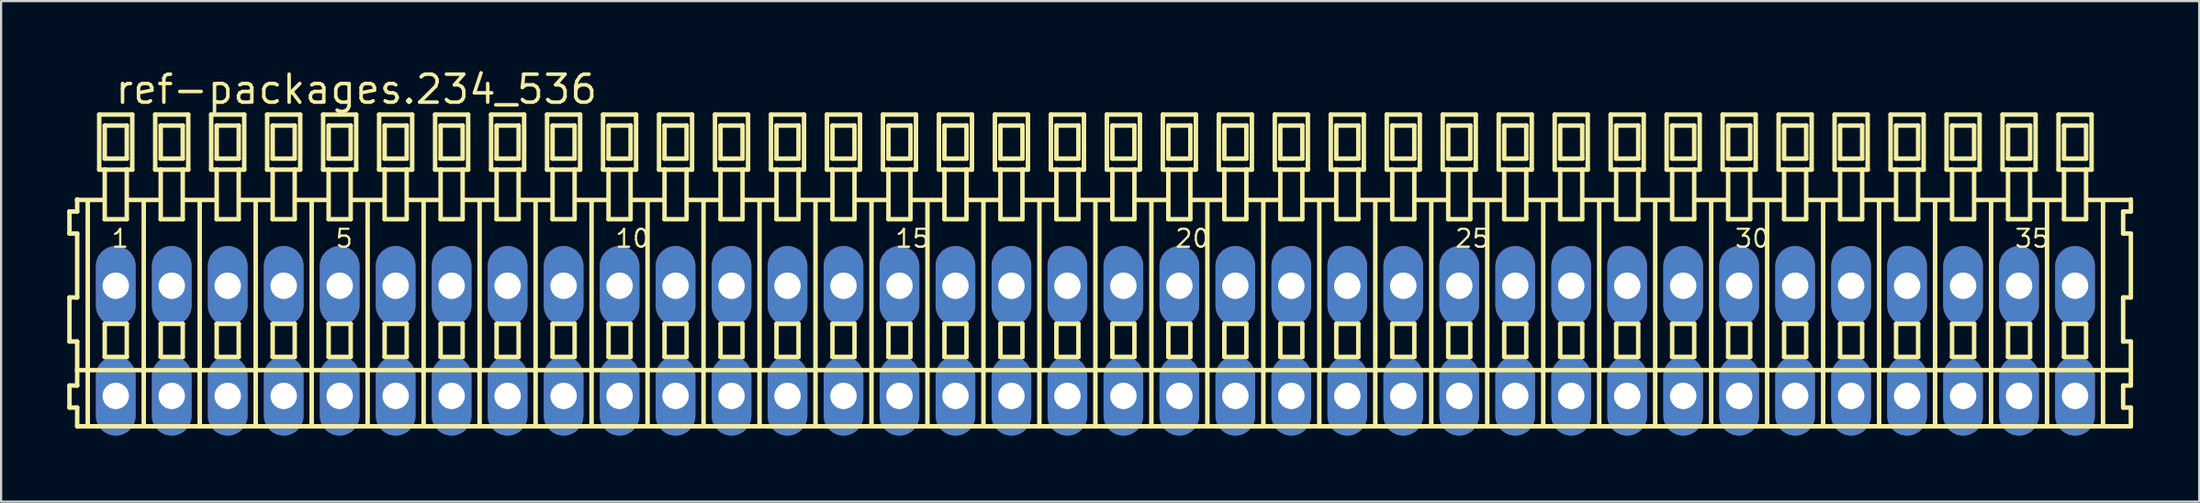
<source format=kicad_pcb>
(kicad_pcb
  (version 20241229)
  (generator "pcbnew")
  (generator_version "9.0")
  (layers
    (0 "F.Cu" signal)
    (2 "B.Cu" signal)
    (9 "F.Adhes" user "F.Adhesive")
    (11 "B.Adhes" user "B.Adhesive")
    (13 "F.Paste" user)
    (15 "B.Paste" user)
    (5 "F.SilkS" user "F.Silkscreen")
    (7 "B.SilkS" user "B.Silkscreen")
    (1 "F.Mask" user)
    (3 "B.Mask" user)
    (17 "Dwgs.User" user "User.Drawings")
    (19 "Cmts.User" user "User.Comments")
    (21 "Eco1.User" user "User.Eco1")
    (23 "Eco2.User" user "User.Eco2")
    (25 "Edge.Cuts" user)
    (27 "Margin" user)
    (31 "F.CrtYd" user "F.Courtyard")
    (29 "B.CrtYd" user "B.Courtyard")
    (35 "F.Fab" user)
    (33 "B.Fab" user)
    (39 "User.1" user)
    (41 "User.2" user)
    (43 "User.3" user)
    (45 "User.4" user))
  (footprint "ref-packages.234_536"
    (layer "F.Cu")
    (at 46.652 11.15)
    (property "Reference" "ref-packages.234_536" (at -44.55 -9.4 0) (layer "F.SilkS") (effects (font (size 1.27 1.27) (thickness 0.16)) (justify left bottom)))
    (attr through_hole)
    (fp_line (start -46.55 -4.6) (end -46.55 -3.6) (stroke (width 0.203) (type default)) (layer "F.SilkS"))
    (fp_line (start -46.55 -3.6) (end -46.2 -3.6) (stroke (width 0.203) (type default)) (layer "F.SilkS"))
    (fp_line (start -46.55 -0.7) (end -46.55 1.3) (stroke (width 0.203) (type default)) (layer "F.SilkS"))
    (fp_line (start -46.55 1.3) (end -46.2 1.3) (stroke (width 0.203) (type default)) (layer "F.SilkS"))
    (fp_line (start -46.55 3.3) (end -46.55 4.3) (stroke (width 0.203) (type default)) (layer "F.SilkS"))
    (fp_line (start -46.55 4.3) (end -46.2 4.3) (stroke (width 0.203) (type default)) (layer "F.SilkS"))
    (fp_line (start -46.2 -5.15) (end -46.2 -5.125) (stroke (width 0.203) (type default)) (layer "F.SilkS"))
    (fp_line (start -46.2 -5.125) (end -46.2 -4.6) (stroke (width 0.203) (type default)) (layer "F.SilkS"))
    (fp_line (start -46.2 -5.125) (end -45.075 -5.125) (stroke (width 0.203) (type default)) (layer "F.SilkS"))
    (fp_line (start -46.2 -4.6) (end -46.55 -4.6) (stroke (width 0.203) (type default)) (layer "F.SilkS"))
    (fp_line (start -46.2 -3.6) (end -46.2 -0.7) (stroke (width 0.203) (type default)) (layer "F.SilkS"))
    (fp_line (start -46.2 -0.7) (end -46.55 -0.7) (stroke (width 0.203) (type default)) (layer "F.SilkS"))
    (fp_line (start -46.2 1.3) (end -46.2 2.6) (stroke (width 0.203) (type default)) (layer "F.SilkS"))
    (fp_line (start -46.2 2.6) (end -46.2 3.3) (stroke (width 0.203) (type default)) (layer "F.SilkS"))
    (fp_line (start -46.2 2.6) (end 46.983 2.6) (stroke (width 0.203) (type default)) (layer "F.SilkS"))
    (fp_line (start -46.2 3.3) (end -46.55 3.3) (stroke (width 0.203) (type default)) (layer "F.SilkS"))
    (fp_line (start -46.2 4.3) (end -46.2 5.15) (stroke (width 0.203) (type default)) (layer "F.SilkS"))
    (fp_line (start -46.2 5.15) (end 46.983 5.15) (stroke (width 0.203) (type default)) (layer "F.SilkS"))
    (fp_line (start -45.72 5.1) (end -45.72 -5.06) (stroke (width 0.203) (type default)) (layer "F.SilkS"))
    (fp_line (start -45.2 -9) (end -45.2 -6.5) (stroke (width 0.203) (type default)) (layer "F.SilkS"))
    (fp_line (start -45.2 -6.5) (end -44.95 -6.5) (stroke (width 0.203) (type default)) (layer "F.SilkS"))
    (fp_line (start -44.95 -8.5) (end -44.95 -7) (stroke (width 0.203) (type default)) (layer "F.SilkS"))
    (fp_line (start -44.95 -7) (end -43.95 -7) (stroke (width 0.203) (type default)) (layer "F.SilkS"))
    (fp_line (start -44.95 -6.5) (end -44.95 -4.25) (stroke (width 0.203) (type default)) (layer "F.SilkS"))
    (fp_line (start -44.95 -6.5) (end -43.95 -6.5) (stroke (width 0.203) (type default)) (layer "F.SilkS"))
    (fp_line (start -44.95 -4.25) (end -43.95 -4.25) (stroke (width 0.203) (type default)) (layer "F.SilkS"))
    (fp_line (start -44.95 0.5) (end -44.95 2) (stroke (width 0.203) (type default)) (layer "F.SilkS"))
    (fp_line (start -44.95 2) (end -43.95 2) (stroke (width 0.203) (type default)) (layer "F.SilkS"))
    (fp_line (start -43.95 -8.5) (end -44.95 -8.5) (stroke (width 0.203) (type default)) (layer "F.SilkS"))
    (fp_line (start -43.95 -7) (end -43.95 -8.5) (stroke (width 0.203) (type default)) (layer "F.SilkS"))
    (fp_line (start -43.95 -6.5) (end -43.7 -6.5) (stroke (width 0.203) (type default)) (layer "F.SilkS"))
    (fp_line (start -43.95 -4.25) (end -43.95 -6.5) (stroke (width 0.203) (type default)) (layer "F.SilkS"))
    (fp_line (start -43.95 0.5) (end -44.95 0.5) (stroke (width 0.203) (type default)) (layer "F.SilkS"))
    (fp_line (start -43.95 2) (end -43.95 0.5) (stroke (width 0.203) (type default)) (layer "F.SilkS"))
    (fp_line (start -43.914 -5.125) (end -42.535 -5.125) (stroke (width 0.203) (type default)) (layer "F.SilkS"))
    (fp_line (start -43.7 -9) (end -45.2 -9) (stroke (width 0.203) (type default)) (layer "F.SilkS"))
    (fp_line (start -43.7 -6.5) (end -43.7 -9) (stroke (width 0.203) (type default)) (layer "F.SilkS"))
    (fp_line (start -43.18 5.1) (end -43.18 -5.06) (stroke (width 0.203) (type default)) (layer "F.SilkS"))
    (fp_line (start -42.66 -9) (end -42.66 -6.5) (stroke (width 0.203) (type default)) (layer "F.SilkS"))
    (fp_line (start -42.66 -6.5) (end -42.41 -6.5) (stroke (width 0.203) (type default)) (layer "F.SilkS"))
    (fp_line (start -42.41 -8.5) (end -42.41 -7) (stroke (width 0.203) (type default)) (layer "F.SilkS"))
    (fp_line (start -42.41 -7) (end -41.41 -7) (stroke (width 0.203) (type default)) (layer "F.SilkS"))
    (fp_line (start -42.41 -6.5) (end -42.41 -4.25) (stroke (width 0.203) (type default)) (layer "F.SilkS"))
    (fp_line (start -42.41 -6.5) (end -41.41 -6.5) (stroke (width 0.203) (type default)) (layer "F.SilkS"))
    (fp_line (start -42.41 -4.25) (end -41.41 -4.25) (stroke (width 0.203) (type default)) (layer "F.SilkS"))
    (fp_line (start -42.41 0.5) (end -42.41 2) (stroke (width 0.203) (type default)) (layer "F.SilkS"))
    (fp_line (start -42.41 2) (end -41.41 2) (stroke (width 0.203) (type default)) (layer "F.SilkS"))
    (fp_line (start -41.41 -8.5) (end -42.41 -8.5) (stroke (width 0.203) (type default)) (layer "F.SilkS"))
    (fp_line (start -41.41 -7) (end -41.41 -8.5) (stroke (width 0.203) (type default)) (layer "F.SilkS"))
    (fp_line (start -41.41 -6.5) (end -41.16 -6.5) (stroke (width 0.203) (type default)) (layer "F.SilkS"))
    (fp_line (start -41.41 -4.25) (end -41.41 -6.5) (stroke (width 0.203) (type default)) (layer "F.SilkS"))
    (fp_line (start -41.41 0.5) (end -42.41 0.5) (stroke (width 0.203) (type default)) (layer "F.SilkS"))
    (fp_line (start -41.41 2) (end -41.41 0.5) (stroke (width 0.203) (type default)) (layer "F.SilkS"))
    (fp_line (start -41.374 -5.125) (end -39.995 -5.125) (stroke (width 0.203) (type default)) (layer "F.SilkS"))
    (fp_line (start -41.16 -9) (end -42.66 -9) (stroke (width 0.203) (type default)) (layer "F.SilkS"))
    (fp_line (start -41.16 -6.5) (end -41.16 -9) (stroke (width 0.203) (type default)) (layer "F.SilkS"))
    (fp_line (start -40.64 5.1) (end -40.64 -5.06) (stroke (width 0.203) (type default)) (layer "F.SilkS"))
    (fp_line (start -40.12 -9) (end -40.12 -6.5) (stroke (width 0.203) (type default)) (layer "F.SilkS"))
    (fp_line (start -40.12 -6.5) (end -39.87 -6.5) (stroke (width 0.203) (type default)) (layer "F.SilkS"))
    (fp_line (start -39.87 -8.5) (end -39.87 -7) (stroke (width 0.203) (type default)) (layer "F.SilkS"))
    (fp_line (start -39.87 -7) (end -38.87 -7) (stroke (width 0.203) (type default)) (layer "F.SilkS"))
    (fp_line (start -39.87 -6.5) (end -39.87 -4.25) (stroke (width 0.203) (type default)) (layer "F.SilkS"))
    (fp_line (start -39.87 -6.5) (end -38.87 -6.5) (stroke (width 0.203) (type default)) (layer "F.SilkS"))
    (fp_line (start -39.87 -4.25) (end -38.87 -4.25) (stroke (width 0.203) (type default)) (layer "F.SilkS"))
    (fp_line (start -39.87 0.5) (end -39.87 2) (stroke (width 0.203) (type default)) (layer "F.SilkS"))
    (fp_line (start -39.87 2) (end -38.87 2) (stroke (width 0.203) (type default)) (layer "F.SilkS"))
    (fp_line (start -38.87 -8.5) (end -39.87 -8.5) (stroke (width 0.203) (type default)) (layer "F.SilkS"))
    (fp_line (start -38.87 -7) (end -38.87 -8.5) (stroke (width 0.203) (type default)) (layer "F.SilkS"))
    (fp_line (start -38.87 -6.5) (end -38.62 -6.5) (stroke (width 0.203) (type default)) (layer "F.SilkS"))
    (fp_line (start -38.87 -4.25) (end -38.87 -6.5) (stroke (width 0.203) (type default)) (layer "F.SilkS"))
    (fp_line (start -38.87 0.5) (end -39.87 0.5) (stroke (width 0.203) (type default)) (layer "F.SilkS"))
    (fp_line (start -38.87 2) (end -38.87 0.5) (stroke (width 0.203) (type default)) (layer "F.SilkS"))
    (fp_line (start -38.834 -5.125) (end -37.455 -5.125) (stroke (width 0.203) (type default)) (layer "F.SilkS"))
    (fp_line (start -38.62 -9) (end -40.12 -9) (stroke (width 0.203) (type default)) (layer "F.SilkS"))
    (fp_line (start -38.62 -6.5) (end -38.62 -9) (stroke (width 0.203) (type default)) (layer "F.SilkS"))
    (fp_line (start -38.1 5.1) (end -38.1 -5.06) (stroke (width 0.203) (type default)) (layer "F.SilkS"))
    (fp_line (start -37.58 -9) (end -37.58 -6.5) (stroke (width 0.203) (type default)) (layer "F.SilkS"))
    (fp_line (start -37.58 -6.5) (end -37.33 -6.5) (stroke (width 0.203) (type default)) (layer "F.SilkS"))
    (fp_line (start -37.33 -8.5) (end -37.33 -7) (stroke (width 0.203) (type default)) (layer "F.SilkS"))
    (fp_line (start -37.33 -7) (end -36.33 -7) (stroke (width 0.203) (type default)) (layer "F.SilkS"))
    (fp_line (start -37.33 -6.5) (end -37.33 -4.25) (stroke (width 0.203) (type default)) (layer "F.SilkS"))
    (fp_line (start -37.33 -6.5) (end -36.33 -6.5) (stroke (width 0.203) (type default)) (layer "F.SilkS"))
    (fp_line (start -37.33 -4.25) (end -36.33 -4.25) (stroke (width 0.203) (type default)) (layer "F.SilkS"))
    (fp_line (start -37.33 0.5) (end -37.33 2) (stroke (width 0.203) (type default)) (layer "F.SilkS"))
    (fp_line (start -37.33 2) (end -36.33 2) (stroke (width 0.203) (type default)) (layer "F.SilkS"))
    (fp_line (start -36.33 -8.5) (end -37.33 -8.5) (stroke (width 0.203) (type default)) (layer "F.SilkS"))
    (fp_line (start -36.33 -7) (end -36.33 -8.5) (stroke (width 0.203) (type default)) (layer "F.SilkS"))
    (fp_line (start -36.33 -6.5) (end -36.08 -6.5) (stroke (width 0.203) (type default)) (layer "F.SilkS"))
    (fp_line (start -36.33 -4.25) (end -36.33 -6.5) (stroke (width 0.203) (type default)) (layer "F.SilkS"))
    (fp_line (start -36.33 0.5) (end -37.33 0.5) (stroke (width 0.203) (type default)) (layer "F.SilkS"))
    (fp_line (start -36.33 2) (end -36.33 0.5) (stroke (width 0.203) (type default)) (layer "F.SilkS"))
    (fp_line (start -36.294 -5.125) (end -34.915 -5.125) (stroke (width 0.203) (type default)) (layer "F.SilkS"))
    (fp_line (start -36.08 -9) (end -37.58 -9) (stroke (width 0.203) (type default)) (layer "F.SilkS"))
    (fp_line (start -36.08 -6.5) (end -36.08 -9) (stroke (width 0.203) (type default)) (layer "F.SilkS"))
    (fp_line (start -35.56 5.1) (end -35.56 -5.06) (stroke (width 0.203) (type default)) (layer "F.SilkS"))
    (fp_line (start -35.04 -9) (end -35.04 -6.5) (stroke (width 0.203) (type default)) (layer "F.SilkS"))
    (fp_line (start -35.04 -6.5) (end -34.79 -6.5) (stroke (width 0.203) (type default)) (layer "F.SilkS"))
    (fp_line (start -34.79 -8.5) (end -34.79 -7) (stroke (width 0.203) (type default)) (layer "F.SilkS"))
    (fp_line (start -34.79 -7) (end -33.79 -7) (stroke (width 0.203) (type default)) (layer "F.SilkS"))
    (fp_line (start -34.79 -6.5) (end -34.79 -4.25) (stroke (width 0.203) (type default)) (layer "F.SilkS"))
    (fp_line (start -34.79 -6.5) (end -33.79 -6.5) (stroke (width 0.203) (type default)) (layer "F.SilkS"))
    (fp_line (start -34.79 -4.25) (end -33.79 -4.25) (stroke (width 0.203) (type default)) (layer "F.SilkS"))
    (fp_line (start -34.79 0.5) (end -34.79 2) (stroke (width 0.203) (type default)) (layer "F.SilkS"))
    (fp_line (start -34.79 2) (end -33.79 2) (stroke (width 0.203) (type default)) (layer "F.SilkS"))
    (fp_line (start -33.79 -8.5) (end -34.79 -8.5) (stroke (width 0.203) (type default)) (layer "F.SilkS"))
    (fp_line (start -33.79 -7) (end -33.79 -8.5) (stroke (width 0.203) (type default)) (layer "F.SilkS"))
    (fp_line (start -33.79 -6.5) (end -33.54 -6.5) (stroke (width 0.203) (type default)) (layer "F.SilkS"))
    (fp_line (start -33.79 -4.25) (end -33.79 -6.5) (stroke (width 0.203) (type default)) (layer "F.SilkS"))
    (fp_line (start -33.79 0.5) (end -34.79 0.5) (stroke (width 0.203) (type default)) (layer "F.SilkS"))
    (fp_line (start -33.79 2) (end -33.79 0.5) (stroke (width 0.203) (type default)) (layer "F.SilkS"))
    (fp_line (start -33.754 -5.125) (end -32.375 -5.125) (stroke (width 0.203) (type default)) (layer "F.SilkS"))
    (fp_line (start -33.54 -9) (end -35.04 -9) (stroke (width 0.203) (type default)) (layer "F.SilkS"))
    (fp_line (start -33.54 -6.5) (end -33.54 -9) (stroke (width 0.203) (type default)) (layer "F.SilkS"))
    (fp_line (start -33.02 5.1) (end -33.02 -5.06) (stroke (width 0.203) (type default)) (layer "F.SilkS"))
    (fp_line (start -32.5 -9) (end -32.5 -6.5) (stroke (width 0.203) (type default)) (layer "F.SilkS"))
    (fp_line (start -32.5 -6.5) (end -32.25 -6.5) (stroke (width 0.203) (type default)) (layer "F.SilkS"))
    (fp_line (start -32.25 -8.5) (end -32.25 -7) (stroke (width 0.203) (type default)) (layer "F.SilkS"))
    (fp_line (start -32.25 -7) (end -31.25 -7) (stroke (width 0.203) (type default)) (layer "F.SilkS"))
    (fp_line (start -32.25 -6.5) (end -32.25 -4.25) (stroke (width 0.203) (type default)) (layer "F.SilkS"))
    (fp_line (start -32.25 -6.5) (end -31.25 -6.5) (stroke (width 0.203) (type default)) (layer "F.SilkS"))
    (fp_line (start -32.25 -4.25) (end -31.25 -4.25) (stroke (width 0.203) (type default)) (layer "F.SilkS"))
    (fp_line (start -32.25 0.5) (end -32.25 2) (stroke (width 0.203) (type default)) (layer "F.SilkS"))
    (fp_line (start -32.25 2) (end -31.25 2) (stroke (width 0.203) (type default)) (layer "F.SilkS"))
    (fp_line (start -31.25 -8.5) (end -32.25 -8.5) (stroke (width 0.203) (type default)) (layer "F.SilkS"))
    (fp_line (start -31.25 -7) (end -31.25 -8.5) (stroke (width 0.203) (type default)) (layer "F.SilkS"))
    (fp_line (start -31.25 -6.5) (end -31 -6.5) (stroke (width 0.203) (type default)) (layer "F.SilkS"))
    (fp_line (start -31.25 -4.25) (end -31.25 -6.5) (stroke (width 0.203) (type default)) (layer "F.SilkS"))
    (fp_line (start -31.25 0.5) (end -32.25 0.5) (stroke (width 0.203) (type default)) (layer "F.SilkS"))
    (fp_line (start -31.25 2) (end -31.25 0.5) (stroke (width 0.203) (type default)) (layer "F.SilkS"))
    (fp_line (start -31.214 -5.125) (end -29.835 -5.125) (stroke (width 0.203) (type default)) (layer "F.SilkS"))
    (fp_line (start -31 -9) (end -32.5 -9) (stroke (width 0.203) (type default)) (layer "F.SilkS"))
    (fp_line (start -31 -6.5) (end -31 -9) (stroke (width 0.203) (type default)) (layer "F.SilkS"))
    (fp_line (start -30.48 5.1) (end -30.48 -5.06) (stroke (width 0.203) (type default)) (layer "F.SilkS"))
    (fp_line (start -29.96 -9) (end -29.96 -6.5) (stroke (width 0.203) (type default)) (layer "F.SilkS"))
    (fp_line (start -29.96 -6.5) (end -29.71 -6.5) (stroke (width 0.203) (type default)) (layer "F.SilkS"))
    (fp_line (start -29.71 -8.5) (end -29.71 -7) (stroke (width 0.203) (type default)) (layer "F.SilkS"))
    (fp_line (start -29.71 -7) (end -28.71 -7) (stroke (width 0.203) (type default)) (layer "F.SilkS"))
    (fp_line (start -29.71 -6.5) (end -29.71 -4.25) (stroke (width 0.203) (type default)) (layer "F.SilkS"))
    (fp_line (start -29.71 -6.5) (end -28.71 -6.5) (stroke (width 0.203) (type default)) (layer "F.SilkS"))
    (fp_line (start -29.71 -4.25) (end -28.71 -4.25) (stroke (width 0.203) (type default)) (layer "F.SilkS"))
    (fp_line (start -29.71 0.5) (end -29.71 2) (stroke (width 0.203) (type default)) (layer "F.SilkS"))
    (fp_line (start -29.71 2) (end -28.71 2) (stroke (width 0.203) (type default)) (layer "F.SilkS"))
    (fp_line (start -28.71 -8.5) (end -29.71 -8.5) (stroke (width 0.203) (type default)) (layer "F.SilkS"))
    (fp_line (start -28.71 -7) (end -28.71 -8.5) (stroke (width 0.203) (type default)) (layer "F.SilkS"))
    (fp_line (start -28.71 -6.5) (end -28.46 -6.5) (stroke (width 0.203) (type default)) (layer "F.SilkS"))
    (fp_line (start -28.71 -4.25) (end -28.71 -6.5) (stroke (width 0.203) (type default)) (layer "F.SilkS"))
    (fp_line (start -28.71 0.5) (end -29.71 0.5) (stroke (width 0.203) (type default)) (layer "F.SilkS"))
    (fp_line (start -28.71 2) (end -28.71 0.5) (stroke (width 0.203) (type default)) (layer "F.SilkS"))
    (fp_line (start -28.674 -5.125) (end -27.295 -5.125) (stroke (width 0.203) (type default)) (layer "F.SilkS"))
    (fp_line (start -28.46 -9) (end -29.96 -9) (stroke (width 0.203) (type default)) (layer "F.SilkS"))
    (fp_line (start -28.46 -6.5) (end -28.46 -9) (stroke (width 0.203) (type default)) (layer "F.SilkS"))
    (fp_line (start -27.94 5.1) (end -27.94 -5.06) (stroke (width 0.203) (type default)) (layer "F.SilkS"))
    (fp_line (start -27.42 -9) (end -27.42 -6.5) (stroke (width 0.203) (type default)) (layer "F.SilkS"))
    (fp_line (start -27.42 -6.5) (end -27.17 -6.5) (stroke (width 0.203) (type default)) (layer "F.SilkS"))
    (fp_line (start -27.17 -8.5) (end -27.17 -7) (stroke (width 0.203) (type default)) (layer "F.SilkS"))
    (fp_line (start -27.17 -7) (end -26.17 -7) (stroke (width 0.203) (type default)) (layer "F.SilkS"))
    (fp_line (start -27.17 -6.5) (end -27.17 -4.25) (stroke (width 0.203) (type default)) (layer "F.SilkS"))
    (fp_line (start -27.17 -6.5) (end -26.17 -6.5) (stroke (width 0.203) (type default)) (layer "F.SilkS"))
    (fp_line (start -27.17 -4.25) (end -26.17 -4.25) (stroke (width 0.203) (type default)) (layer "F.SilkS"))
    (fp_line (start -27.17 0.5) (end -27.17 2) (stroke (width 0.203) (type default)) (layer "F.SilkS"))
    (fp_line (start -27.17 2) (end -26.17 2) (stroke (width 0.203) (type default)) (layer "F.SilkS"))
    (fp_line (start -26.17 -8.5) (end -27.17 -8.5) (stroke (width 0.203) (type default)) (layer "F.SilkS"))
    (fp_line (start -26.17 -7) (end -26.17 -8.5) (stroke (width 0.203) (type default)) (layer "F.SilkS"))
    (fp_line (start -26.17 -6.5) (end -25.92 -6.5) (stroke (width 0.203) (type default)) (layer "F.SilkS"))
    (fp_line (start -26.17 -4.25) (end -26.17 -6.5) (stroke (width 0.203) (type default)) (layer "F.SilkS"))
    (fp_line (start -26.17 0.5) (end -27.17 0.5) (stroke (width 0.203) (type default)) (layer "F.SilkS"))
    (fp_line (start -26.17 2) (end -26.17 0.5) (stroke (width 0.203) (type default)) (layer "F.SilkS"))
    (fp_line (start -26.134 -5.125) (end -24.755 -5.125) (stroke (width 0.203) (type default)) (layer "F.SilkS"))
    (fp_line (start -25.92 -9) (end -27.42 -9) (stroke (width 0.203) (type default)) (layer "F.SilkS"))
    (fp_line (start -25.92 -6.5) (end -25.92 -9) (stroke (width 0.203) (type default)) (layer "F.SilkS"))
    (fp_line (start -25.4 5.1) (end -25.4 -5.06) (stroke (width 0.203) (type default)) (layer "F.SilkS"))
    (fp_line (start -24.88 -9) (end -24.88 -6.5) (stroke (width 0.203) (type default)) (layer "F.SilkS"))
    (fp_line (start -24.88 -6.5) (end -24.63 -6.5) (stroke (width 0.203) (type default)) (layer "F.SilkS"))
    (fp_line (start -24.63 -8.5) (end -24.63 -7) (stroke (width 0.203) (type default)) (layer "F.SilkS"))
    (fp_line (start -24.63 -7) (end -23.63 -7) (stroke (width 0.203) (type default)) (layer "F.SilkS"))
    (fp_line (start -24.63 -6.5) (end -24.63 -4.25) (stroke (width 0.203) (type default)) (layer "F.SilkS"))
    (fp_line (start -24.63 -6.5) (end -23.63 -6.5) (stroke (width 0.203) (type default)) (layer "F.SilkS"))
    (fp_line (start -24.63 -4.25) (end -23.63 -4.25) (stroke (width 0.203) (type default)) (layer "F.SilkS"))
    (fp_line (start -24.63 0.5) (end -24.63 2) (stroke (width 0.203) (type default)) (layer "F.SilkS"))
    (fp_line (start -24.63 2) (end -23.63 2) (stroke (width 0.203) (type default)) (layer "F.SilkS"))
    (fp_line (start -23.63 -8.5) (end -24.63 -8.5) (stroke (width 0.203) (type default)) (layer "F.SilkS"))
    (fp_line (start -23.63 -7) (end -23.63 -8.5) (stroke (width 0.203) (type default)) (layer "F.SilkS"))
    (fp_line (start -23.63 -6.5) (end -23.38 -6.5) (stroke (width 0.203) (type default)) (layer "F.SilkS"))
    (fp_line (start -23.63 -4.25) (end -23.63 -6.5) (stroke (width 0.203) (type default)) (layer "F.SilkS"))
    (fp_line (start -23.63 0.5) (end -24.63 0.5) (stroke (width 0.203) (type default)) (layer "F.SilkS"))
    (fp_line (start -23.63 2) (end -23.63 0.5) (stroke (width 0.203) (type default)) (layer "F.SilkS"))
    (fp_line (start -23.594 -5.125) (end -22.215 -5.125) (stroke (width 0.203) (type default)) (layer "F.SilkS"))
    (fp_line (start -23.38 -9) (end -24.88 -9) (stroke (width 0.203) (type default)) (layer "F.SilkS"))
    (fp_line (start -23.38 -6.5) (end -23.38 -9) (stroke (width 0.203) (type default)) (layer "F.SilkS"))
    (fp_line (start -22.86 5.1) (end -22.86 -5.06) (stroke (width 0.203) (type default)) (layer "F.SilkS"))
    (fp_line (start -22.34 -9) (end -22.34 -6.5) (stroke (width 0.203) (type default)) (layer "F.SilkS"))
    (fp_line (start -22.34 -6.5) (end -22.09 -6.5) (stroke (width 0.203) (type default)) (layer "F.SilkS"))
    (fp_line (start -22.09 -8.5) (end -22.09 -7) (stroke (width 0.203) (type default)) (layer "F.SilkS"))
    (fp_line (start -22.09 -7) (end -21.09 -7) (stroke (width 0.203) (type default)) (layer "F.SilkS"))
    (fp_line (start -22.09 -6.5) (end -22.09 -4.25) (stroke (width 0.203) (type default)) (layer "F.SilkS"))
    (fp_line (start -22.09 -6.5) (end -21.09 -6.5) (stroke (width 0.203) (type default)) (layer "F.SilkS"))
    (fp_line (start -22.09 -4.25) (end -21.09 -4.25) (stroke (width 0.203) (type default)) (layer "F.SilkS"))
    (fp_line (start -22.09 0.5) (end -22.09 2) (stroke (width 0.203) (type default)) (layer "F.SilkS"))
    (fp_line (start -22.09 2) (end -21.09 2) (stroke (width 0.203) (type default)) (layer "F.SilkS"))
    (fp_line (start -21.09 -8.5) (end -22.09 -8.5) (stroke (width 0.203) (type default)) (layer "F.SilkS"))
    (fp_line (start -21.09 -7) (end -21.09 -8.5) (stroke (width 0.203) (type default)) (layer "F.SilkS"))
    (fp_line (start -21.09 -6.5) (end -20.84 -6.5) (stroke (width 0.203) (type default)) (layer "F.SilkS"))
    (fp_line (start -21.09 -4.25) (end -21.09 -6.5) (stroke (width 0.203) (type default)) (layer "F.SilkS"))
    (fp_line (start -21.09 0.5) (end -22.09 0.5) (stroke (width 0.203) (type default)) (layer "F.SilkS"))
    (fp_line (start -21.09 2) (end -21.09 0.5) (stroke (width 0.203) (type default)) (layer "F.SilkS"))
    (fp_line (start -21.054 -5.125) (end -19.675 -5.125) (stroke (width 0.203) (type default)) (layer "F.SilkS"))
    (fp_line (start -20.84 -9) (end -22.34 -9) (stroke (width 0.203) (type default)) (layer "F.SilkS"))
    (fp_line (start -20.84 -6.5) (end -20.84 -9) (stroke (width 0.203) (type default)) (layer "F.SilkS"))
    (fp_line (start -20.32 5.1) (end -20.32 -5.06) (stroke (width 0.203) (type default)) (layer "F.SilkS"))
    (fp_line (start -19.8 -9) (end -19.8 -6.5) (stroke (width 0.203) (type default)) (layer "F.SilkS"))
    (fp_line (start -19.8 -6.5) (end -19.55 -6.5) (stroke (width 0.203) (type default)) (layer "F.SilkS"))
    (fp_line (start -19.55 -8.5) (end -19.55 -7) (stroke (width 0.203) (type default)) (layer "F.SilkS"))
    (fp_line (start -19.55 -7) (end -18.55 -7) (stroke (width 0.203) (type default)) (layer "F.SilkS"))
    (fp_line (start -19.55 -6.5) (end -19.55 -4.25) (stroke (width 0.203) (type default)) (layer "F.SilkS"))
    (fp_line (start -19.55 -6.5) (end -18.55 -6.5) (stroke (width 0.203) (type default)) (layer "F.SilkS"))
    (fp_line (start -19.55 -4.25) (end -18.55 -4.25) (stroke (width 0.203) (type default)) (layer "F.SilkS"))
    (fp_line (start -19.55 0.5) (end -19.55 2) (stroke (width 0.203) (type default)) (layer "F.SilkS"))
    (fp_line (start -19.55 2) (end -18.55 2) (stroke (width 0.203) (type default)) (layer "F.SilkS"))
    (fp_line (start -18.55 -8.5) (end -19.55 -8.5) (stroke (width 0.203) (type default)) (layer "F.SilkS"))
    (fp_line (start -18.55 -7) (end -18.55 -8.5) (stroke (width 0.203) (type default)) (layer "F.SilkS"))
    (fp_line (start -18.55 -6.5) (end -18.3 -6.5) (stroke (width 0.203) (type default)) (layer "F.SilkS"))
    (fp_line (start -18.55 -4.25) (end -18.55 -6.5) (stroke (width 0.203) (type default)) (layer "F.SilkS"))
    (fp_line (start -18.55 0.5) (end -19.55 0.5) (stroke (width 0.203) (type default)) (layer "F.SilkS"))
    (fp_line (start -18.55 2) (end -18.55 0.5) (stroke (width 0.203) (type default)) (layer "F.SilkS"))
    (fp_line (start -18.514 -5.125) (end -17.135 -5.125) (stroke (width 0.203) (type default)) (layer "F.SilkS"))
    (fp_line (start -18.3 -9) (end -19.8 -9) (stroke (width 0.203) (type default)) (layer "F.SilkS"))
    (fp_line (start -18.3 -6.5) (end -18.3 -9) (stroke (width 0.203) (type default)) (layer "F.SilkS"))
    (fp_line (start -17.78 5.1) (end -17.78 -5.06) (stroke (width 0.203) (type default)) (layer "F.SilkS"))
    (fp_line (start -17.26 -9) (end -17.26 -6.5) (stroke (width 0.203) (type default)) (layer "F.SilkS"))
    (fp_line (start -17.26 -6.5) (end -17.01 -6.5) (stroke (width 0.203) (type default)) (layer "F.SilkS"))
    (fp_line (start -17.01 -8.5) (end -17.01 -7) (stroke (width 0.203) (type default)) (layer "F.SilkS"))
    (fp_line (start -17.01 -7) (end -16.01 -7) (stroke (width 0.203) (type default)) (layer "F.SilkS"))
    (fp_line (start -17.01 -6.5) (end -17.01 -4.25) (stroke (width 0.203) (type default)) (layer "F.SilkS"))
    (fp_line (start -17.01 -6.5) (end -16.01 -6.5) (stroke (width 0.203) (type default)) (layer "F.SilkS"))
    (fp_line (start -17.01 -4.25) (end -16.01 -4.25) (stroke (width 0.203) (type default)) (layer "F.SilkS"))
    (fp_line (start -17.01 0.5) (end -17.01 2) (stroke (width 0.203) (type default)) (layer "F.SilkS"))
    (fp_line (start -17.01 2) (end -16.01 2) (stroke (width 0.203) (type default)) (layer "F.SilkS"))
    (fp_line (start -16.01 -8.5) (end -17.01 -8.5) (stroke (width 0.203) (type default)) (layer "F.SilkS"))
    (fp_line (start -16.01 -7) (end -16.01 -8.5) (stroke (width 0.203) (type default)) (layer "F.SilkS"))
    (fp_line (start -16.01 -6.5) (end -15.76 -6.5) (stroke (width 0.203) (type default)) (layer "F.SilkS"))
    (fp_line (start -16.01 -4.25) (end -16.01 -6.5) (stroke (width 0.203) (type default)) (layer "F.SilkS"))
    (fp_line (start -16.01 0.5) (end -17.01 0.5) (stroke (width 0.203) (type default)) (layer "F.SilkS"))
    (fp_line (start -16.01 2) (end -16.01 0.5) (stroke (width 0.203) (type default)) (layer "F.SilkS"))
    (fp_line (start -15.974 -5.125) (end -14.595 -5.125) (stroke (width 0.203) (type default)) (layer "F.SilkS"))
    (fp_line (start -15.76 -9) (end -17.26 -9) (stroke (width 0.203) (type default)) (layer "F.SilkS"))
    (fp_line (start -15.76 -6.5) (end -15.76 -9) (stroke (width 0.203) (type default)) (layer "F.SilkS"))
    (fp_line (start -15.24 5.1) (end -15.24 -5.06) (stroke (width 0.203) (type default)) (layer "F.SilkS"))
    (fp_line (start -14.72 -9) (end -14.72 -6.5) (stroke (width 0.203) (type default)) (layer "F.SilkS"))
    (fp_line (start -14.72 -6.5) (end -14.47 -6.5) (stroke (width 0.203) (type default)) (layer "F.SilkS"))
    (fp_line (start -14.47 -8.5) (end -14.47 -7) (stroke (width 0.203) (type default)) (layer "F.SilkS"))
    (fp_line (start -14.47 -7) (end -13.47 -7) (stroke (width 0.203) (type default)) (layer "F.SilkS"))
    (fp_line (start -14.47 -6.5) (end -14.47 -4.25) (stroke (width 0.203) (type default)) (layer "F.SilkS"))
    (fp_line (start -14.47 -6.5) (end -13.47 -6.5) (stroke (width 0.203) (type default)) (layer "F.SilkS"))
    (fp_line (start -14.47 -4.25) (end -13.47 -4.25) (stroke (width 0.203) (type default)) (layer "F.SilkS"))
    (fp_line (start -14.47 0.5) (end -14.47 2) (stroke (width 0.203) (type default)) (layer "F.SilkS"))
    (fp_line (start -14.47 2) (end -13.47 2) (stroke (width 0.203) (type default)) (layer "F.SilkS"))
    (fp_line (start -13.47 -8.5) (end -14.47 -8.5) (stroke (width 0.203) (type default)) (layer "F.SilkS"))
    (fp_line (start -13.47 -7) (end -13.47 -8.5) (stroke (width 0.203) (type default)) (layer "F.SilkS"))
    (fp_line (start -13.47 -6.5) (end -13.22 -6.5) (stroke (width 0.203) (type default)) (layer "F.SilkS"))
    (fp_line (start -13.47 -4.25) (end -13.47 -6.5) (stroke (width 0.203) (type default)) (layer "F.SilkS"))
    (fp_line (start -13.47 0.5) (end -14.47 0.5) (stroke (width 0.203) (type default)) (layer "F.SilkS"))
    (fp_line (start -13.47 2) (end -13.47 0.5) (stroke (width 0.203) (type default)) (layer "F.SilkS"))
    (fp_line (start -13.434 -5.125) (end -12.055 -5.125) (stroke (width 0.203) (type default)) (layer "F.SilkS"))
    (fp_line (start -13.22 -9) (end -14.72 -9) (stroke (width 0.203) (type default)) (layer "F.SilkS"))
    (fp_line (start -13.22 -6.5) (end -13.22 -9) (stroke (width 0.203) (type default)) (layer "F.SilkS"))
    (fp_line (start -12.7 5.1) (end -12.7 -5.06) (stroke (width 0.203) (type default)) (layer "F.SilkS"))
    (fp_line (start -12.18 -9) (end -12.18 -6.5) (stroke (width 0.203) (type default)) (layer "F.SilkS"))
    (fp_line (start -12.18 -6.5) (end -11.93 -6.5) (stroke (width 0.203) (type default)) (layer "F.SilkS"))
    (fp_line (start -11.93 -8.5) (end -11.93 -7) (stroke (width 0.203) (type default)) (layer "F.SilkS"))
    (fp_line (start -11.93 -7) (end -10.93 -7) (stroke (width 0.203) (type default)) (layer "F.SilkS"))
    (fp_line (start -11.93 -6.5) (end -11.93 -4.25) (stroke (width 0.203) (type default)) (layer "F.SilkS"))
    (fp_line (start -11.93 -6.5) (end -10.93 -6.5) (stroke (width 0.203) (type default)) (layer "F.SilkS"))
    (fp_line (start -11.93 -4.25) (end -10.93 -4.25) (stroke (width 0.203) (type default)) (layer "F.SilkS"))
    (fp_line (start -11.93 0.5) (end -11.93 2) (stroke (width 0.203) (type default)) (layer "F.SilkS"))
    (fp_line (start -11.93 2) (end -10.93 2) (stroke (width 0.203) (type default)) (layer "F.SilkS"))
    (fp_line (start -10.93 -8.5) (end -11.93 -8.5) (stroke (width 0.203) (type default)) (layer "F.SilkS"))
    (fp_line (start -10.93 -7) (end -10.93 -8.5) (stroke (width 0.203) (type default)) (layer "F.SilkS"))
    (fp_line (start -10.93 -6.5) (end -10.68 -6.5) (stroke (width 0.203) (type default)) (layer "F.SilkS"))
    (fp_line (start -10.93 -4.25) (end -10.93 -6.5) (stroke (width 0.203) (type default)) (layer "F.SilkS"))
    (fp_line (start -10.93 0.5) (end -11.93 0.5) (stroke (width 0.203) (type default)) (layer "F.SilkS"))
    (fp_line (start -10.93 2) (end -10.93 0.5) (stroke (width 0.203) (type default)) (layer "F.SilkS"))
    (fp_line (start -10.894 -5.125) (end -9.515 -5.125) (stroke (width 0.203) (type default)) (layer "F.SilkS"))
    (fp_line (start -10.68 -9) (end -12.18 -9) (stroke (width 0.203) (type default)) (layer "F.SilkS"))
    (fp_line (start -10.68 -6.5) (end -10.68 -9) (stroke (width 0.203) (type default)) (layer "F.SilkS"))
    (fp_line (start -10.16 5.1) (end -10.16 -5.06) (stroke (width 0.203) (type default)) (layer "F.SilkS"))
    (fp_line (start -9.64 -9) (end -9.64 -6.5) (stroke (width 0.203) (type default)) (layer "F.SilkS"))
    (fp_line (start -9.64 -6.5) (end -9.39 -6.5) (stroke (width 0.203) (type default)) (layer "F.SilkS"))
    (fp_line (start -9.39 -8.5) (end -9.39 -7) (stroke (width 0.203) (type default)) (layer "F.SilkS"))
    (fp_line (start -9.39 -7) (end -8.39 -7) (stroke (width 0.203) (type default)) (layer "F.SilkS"))
    (fp_line (start -9.39 -6.5) (end -9.39 -4.25) (stroke (width 0.203) (type default)) (layer "F.SilkS"))
    (fp_line (start -9.39 -6.5) (end -8.39 -6.5) (stroke (width 0.203) (type default)) (layer "F.SilkS"))
    (fp_line (start -9.39 -4.25) (end -8.39 -4.25) (stroke (width 0.203) (type default)) (layer "F.SilkS"))
    (fp_line (start -9.39 0.5) (end -9.39 2) (stroke (width 0.203) (type default)) (layer "F.SilkS"))
    (fp_line (start -9.39 2) (end -8.39 2) (stroke (width 0.203) (type default)) (layer "F.SilkS"))
    (fp_line (start -8.39 -8.5) (end -9.39 -8.5) (stroke (width 0.203) (type default)) (layer "F.SilkS"))
    (fp_line (start -8.39 -7) (end -8.39 -8.5) (stroke (width 0.203) (type default)) (layer "F.SilkS"))
    (fp_line (start -8.39 -6.5) (end -8.14 -6.5) (stroke (width 0.203) (type default)) (layer "F.SilkS"))
    (fp_line (start -8.39 -4.25) (end -8.39 -6.5) (stroke (width 0.203) (type default)) (layer "F.SilkS"))
    (fp_line (start -8.39 0.5) (end -9.39 0.5) (stroke (width 0.203) (type default)) (layer "F.SilkS"))
    (fp_line (start -8.39 2) (end -8.39 0.5) (stroke (width 0.203) (type default)) (layer "F.SilkS"))
    (fp_line (start -8.354 -5.125) (end -6.975 -5.125) (stroke (width 0.203) (type default)) (layer "F.SilkS"))
    (fp_line (start -8.14 -9) (end -9.64 -9) (stroke (width 0.203) (type default)) (layer "F.SilkS"))
    (fp_line (start -8.14 -6.5) (end -8.14 -9) (stroke (width 0.203) (type default)) (layer "F.SilkS"))
    (fp_line (start -7.62 5.1) (end -7.62 -5.06) (stroke (width 0.203) (type default)) (layer "F.SilkS"))
    (fp_line (start -7.1 -9) (end -7.1 -6.5) (stroke (width 0.203) (type default)) (layer "F.SilkS"))
    (fp_line (start -7.1 -6.5) (end -6.85 -6.5) (stroke (width 0.203) (type default)) (layer "F.SilkS"))
    (fp_line (start -6.85 -8.5) (end -6.85 -7) (stroke (width 0.203) (type default)) (layer "F.SilkS"))
    (fp_line (start -6.85 -7) (end -5.85 -7) (stroke (width 0.203) (type default)) (layer "F.SilkS"))
    (fp_line (start -6.85 -6.5) (end -6.85 -4.25) (stroke (width 0.203) (type default)) (layer "F.SilkS"))
    (fp_line (start -6.85 -6.5) (end -5.85 -6.5) (stroke (width 0.203) (type default)) (layer "F.SilkS"))
    (fp_line (start -6.85 -4.25) (end -5.85 -4.25) (stroke (width 0.203) (type default)) (layer "F.SilkS"))
    (fp_line (start -6.85 0.5) (end -6.85 2) (stroke (width 0.203) (type default)) (layer "F.SilkS"))
    (fp_line (start -6.85 2) (end -5.85 2) (stroke (width 0.203) (type default)) (layer "F.SilkS"))
    (fp_line (start -5.85 -8.5) (end -6.85 -8.5) (stroke (width 0.203) (type default)) (layer "F.SilkS"))
    (fp_line (start -5.85 -7) (end -5.85 -8.5) (stroke (width 0.203) (type default)) (layer "F.SilkS"))
    (fp_line (start -5.85 -6.5) (end -5.6 -6.5) (stroke (width 0.203) (type default)) (layer "F.SilkS"))
    (fp_line (start -5.85 -4.25) (end -5.85 -6.5) (stroke (width 0.203) (type default)) (layer "F.SilkS"))
    (fp_line (start -5.85 0.5) (end -6.85 0.5) (stroke (width 0.203) (type default)) (layer "F.SilkS"))
    (fp_line (start -5.85 2) (end -5.85 0.5) (stroke (width 0.203) (type default)) (layer "F.SilkS"))
    (fp_line (start -5.814 -5.125) (end -4.435 -5.125) (stroke (width 0.203) (type default)) (layer "F.SilkS"))
    (fp_line (start -5.6 -9) (end -7.1 -9) (stroke (width 0.203) (type default)) (layer "F.SilkS"))
    (fp_line (start -5.6 -6.5) (end -5.6 -9) (stroke (width 0.203) (type default)) (layer "F.SilkS"))
    (fp_line (start -5.08 5.1) (end -5.08 -5.06) (stroke (width 0.203) (type default)) (layer "F.SilkS"))
    (fp_line (start -4.56 -9) (end -4.56 -6.5) (stroke (width 0.203) (type default)) (layer "F.SilkS"))
    (fp_line (start -4.56 -6.5) (end -4.31 -6.5) (stroke (width 0.203) (type default)) (layer "F.SilkS"))
    (fp_line (start -4.31 -8.5) (end -4.31 -7) (stroke (width 0.203) (type default)) (layer "F.SilkS"))
    (fp_line (start -4.31 -7) (end -3.31 -7) (stroke (width 0.203) (type default)) (layer "F.SilkS"))
    (fp_line (start -4.31 -6.5) (end -4.31 -4.25) (stroke (width 0.203) (type default)) (layer "F.SilkS"))
    (fp_line (start -4.31 -6.5) (end -3.31 -6.5) (stroke (width 0.203) (type default)) (layer "F.SilkS"))
    (fp_line (start -4.31 -4.25) (end -3.31 -4.25) (stroke (width 0.203) (type default)) (layer "F.SilkS"))
    (fp_line (start -4.31 0.5) (end -4.31 2) (stroke (width 0.203) (type default)) (layer "F.SilkS"))
    (fp_line (start -4.31 2) (end -3.31 2) (stroke (width 0.203) (type default)) (layer "F.SilkS"))
    (fp_line (start -3.31 -8.5) (end -4.31 -8.5) (stroke (width 0.203) (type default)) (layer "F.SilkS"))
    (fp_line (start -3.31 -7) (end -3.31 -8.5) (stroke (width 0.203) (type default)) (layer "F.SilkS"))
    (fp_line (start -3.31 -6.5) (end -3.06 -6.5) (stroke (width 0.203) (type default)) (layer "F.SilkS"))
    (fp_line (start -3.31 -4.25) (end -3.31 -6.5) (stroke (width 0.203) (type default)) (layer "F.SilkS"))
    (fp_line (start -3.31 0.5) (end -4.31 0.5) (stroke (width 0.203) (type default)) (layer "F.SilkS"))
    (fp_line (start -3.31 2) (end -3.31 0.5) (stroke (width 0.203) (type default)) (layer "F.SilkS"))
    (fp_line (start -3.274 -5.125) (end -1.895 -5.125) (stroke (width 0.203) (type default)) (layer "F.SilkS"))
    (fp_line (start -3.06 -9) (end -4.56 -9) (stroke (width 0.203) (type default)) (layer "F.SilkS"))
    (fp_line (start -3.06 -6.5) (end -3.06 -9) (stroke (width 0.203) (type default)) (layer "F.SilkS"))
    (fp_line (start -2.54 5.1) (end -2.54 -5.06) (stroke (width 0.203) (type default)) (layer "F.SilkS"))
    (fp_line (start -2.02 -9) (end -2.02 -6.5) (stroke (width 0.203) (type default)) (layer "F.SilkS"))
    (fp_line (start -2.02 -6.5) (end -1.77 -6.5) (stroke (width 0.203) (type default)) (layer "F.SilkS"))
    (fp_line (start -1.77 -8.5) (end -1.77 -7) (stroke (width 0.203) (type default)) (layer "F.SilkS"))
    (fp_line (start -1.77 -7) (end -0.77 -7) (stroke (width 0.203) (type default)) (layer "F.SilkS"))
    (fp_line (start -1.77 -6.5) (end -1.77 -4.25) (stroke (width 0.203) (type default)) (layer "F.SilkS"))
    (fp_line (start -1.77 -6.5) (end -0.77 -6.5) (stroke (width 0.203) (type default)) (layer "F.SilkS"))
    (fp_line (start -1.77 -4.25) (end -0.77 -4.25) (stroke (width 0.203) (type default)) (layer "F.SilkS"))
    (fp_line (start -1.77 0.5) (end -1.77 2) (stroke (width 0.203) (type default)) (layer "F.SilkS"))
    (fp_line (start -1.77 2) (end -0.77 2) (stroke (width 0.203) (type default)) (layer "F.SilkS"))
    (fp_line (start -0.77 -8.5) (end -1.77 -8.5) (stroke (width 0.203) (type default)) (layer "F.SilkS"))
    (fp_line (start -0.77 -7) (end -0.77 -8.5) (stroke (width 0.203) (type default)) (layer "F.SilkS"))
    (fp_line (start -0.77 -6.5) (end -0.52 -6.5) (stroke (width 0.203) (type default)) (layer "F.SilkS"))
    (fp_line (start -0.77 -4.25) (end -0.77 -6.5) (stroke (width 0.203) (type default)) (layer "F.SilkS"))
    (fp_line (start -0.77 0.5) (end -1.77 0.5) (stroke (width 0.203) (type default)) (layer "F.SilkS"))
    (fp_line (start -0.77 2) (end -0.77 0.5) (stroke (width 0.203) (type default)) (layer "F.SilkS"))
    (fp_line (start -0.734 -5.125) (end 0.645 -5.125) (stroke (width 0.203) (type default)) (layer "F.SilkS"))
    (fp_line (start -0.52 -9) (end -2.02 -9) (stroke (width 0.203) (type default)) (layer "F.SilkS"))
    (fp_line (start -0.52 -6.5) (end -0.52 -9) (stroke (width 0.203) (type default)) (layer "F.SilkS"))
    (fp_line (start 0 5.1) (end 0 -5.06) (stroke (width 0.203) (type default)) (layer "F.SilkS"))
    (fp_line (start 0.52 -9) (end 0.52 -6.5) (stroke (width 0.203) (type default)) (layer "F.SilkS"))
    (fp_line (start 0.52 -6.5) (end 0.77 -6.5) (stroke (width 0.203) (type default)) (layer "F.SilkS"))
    (fp_line (start 0.77 -8.5) (end 0.77 -7) (stroke (width 0.203) (type default)) (layer "F.SilkS"))
    (fp_line (start 0.77 -7) (end 1.77 -7) (stroke (width 0.203) (type default)) (layer "F.SilkS"))
    (fp_line (start 0.77 -6.5) (end 0.77 -4.25) (stroke (width 0.203) (type default)) (layer "F.SilkS"))
    (fp_line (start 0.77 -6.5) (end 1.77 -6.5) (stroke (width 0.203) (type default)) (layer "F.SilkS"))
    (fp_line (start 0.77 -4.25) (end 1.77 -4.25) (stroke (width 0.203) (type default)) (layer "F.SilkS"))
    (fp_line (start 0.77 0.5) (end 0.77 2) (stroke (width 0.203) (type default)) (layer "F.SilkS"))
    (fp_line (start 0.77 2) (end 1.77 2) (stroke (width 0.203) (type default)) (layer "F.SilkS"))
    (fp_line (start 1.77 -8.5) (end 0.77 -8.5) (stroke (width 0.203) (type default)) (layer "F.SilkS"))
    (fp_line (start 1.77 -7) (end 1.77 -8.5) (stroke (width 0.203) (type default)) (layer "F.SilkS"))
    (fp_line (start 1.77 -6.5) (end 2.02 -6.5) (stroke (width 0.203) (type default)) (layer "F.SilkS"))
    (fp_line (start 1.77 -4.25) (end 1.77 -6.5) (stroke (width 0.203) (type default)) (layer "F.SilkS"))
    (fp_line (start 1.77 0.5) (end 0.77 0.5) (stroke (width 0.203) (type default)) (layer "F.SilkS"))
    (fp_line (start 1.77 2) (end 1.77 0.5) (stroke (width 0.203) (type default)) (layer "F.SilkS"))
    (fp_line (start 1.806 -5.125) (end 3.185 -5.125) (stroke (width 0.203) (type default)) (layer "F.SilkS"))
    (fp_line (start 2.02 -9) (end 0.52 -9) (stroke (width 0.203) (type default)) (layer "F.SilkS"))
    (fp_line (start 2.02 -6.5) (end 2.02 -9) (stroke (width 0.203) (type default)) (layer "F.SilkS"))
    (fp_line (start 2.54 5.1) (end 2.54 -5.06) (stroke (width 0.203) (type default)) (layer "F.SilkS"))
    (fp_line (start 3.06 -9) (end 3.06 -6.5) (stroke (width 0.203) (type default)) (layer "F.SilkS"))
    (fp_line (start 3.06 -6.5) (end 3.31 -6.5) (stroke (width 0.203) (type default)) (layer "F.SilkS"))
    (fp_line (start 3.31 -8.5) (end 3.31 -7) (stroke (width 0.203) (type default)) (layer "F.SilkS"))
    (fp_line (start 3.31 -7) (end 4.31 -7) (stroke (width 0.203) (type default)) (layer "F.SilkS"))
    (fp_line (start 3.31 -6.5) (end 3.31 -4.25) (stroke (width 0.203) (type default)) (layer "F.SilkS"))
    (fp_line (start 3.31 -6.5) (end 4.31 -6.5) (stroke (width 0.203) (type default)) (layer "F.SilkS"))
    (fp_line (start 3.31 -4.25) (end 4.31 -4.25) (stroke (width 0.203) (type default)) (layer "F.SilkS"))
    (fp_line (start 3.31 0.5) (end 3.31 2) (stroke (width 0.203) (type default)) (layer "F.SilkS"))
    (fp_line (start 3.31 2) (end 4.31 2) (stroke (width 0.203) (type default)) (layer "F.SilkS"))
    (fp_line (start 4.31 -8.5) (end 3.31 -8.5) (stroke (width 0.203) (type default)) (layer "F.SilkS"))
    (fp_line (start 4.31 -7) (end 4.31 -8.5) (stroke (width 0.203) (type default)) (layer "F.SilkS"))
    (fp_line (start 4.31 -6.5) (end 4.56 -6.5) (stroke (width 0.203) (type default)) (layer "F.SilkS"))
    (fp_line (start 4.31 -4.25) (end 4.31 -6.5) (stroke (width 0.203) (type default)) (layer "F.SilkS"))
    (fp_line (start 4.31 0.5) (end 3.31 0.5) (stroke (width 0.203) (type default)) (layer "F.SilkS"))
    (fp_line (start 4.31 2) (end 4.31 0.5) (stroke (width 0.203) (type default)) (layer "F.SilkS"))
    (fp_line (start 4.346 -5.125) (end 5.725 -5.125) (stroke (width 0.203) (type default)) (layer "F.SilkS"))
    (fp_line (start 4.56 -9) (end 3.06 -9) (stroke (width 0.203) (type default)) (layer "F.SilkS"))
    (fp_line (start 4.56 -6.5) (end 4.56 -9) (stroke (width 0.203) (type default)) (layer "F.SilkS"))
    (fp_line (start 5.08 5.1) (end 5.08 -5.06) (stroke (width 0.203) (type default)) (layer "F.SilkS"))
    (fp_line (start 5.6 -9) (end 5.6 -6.5) (stroke (width 0.203) (type default)) (layer "F.SilkS"))
    (fp_line (start 5.6 -6.5) (end 5.85 -6.5) (stroke (width 0.203) (type default)) (layer "F.SilkS"))
    (fp_line (start 5.85 -8.5) (end 5.85 -7) (stroke (width 0.203) (type default)) (layer "F.SilkS"))
    (fp_line (start 5.85 -7) (end 6.85 -7) (stroke (width 0.203) (type default)) (layer "F.SilkS"))
    (fp_line (start 5.85 -6.5) (end 5.85 -4.25) (stroke (width 0.203) (type default)) (layer "F.SilkS"))
    (fp_line (start 5.85 -6.5) (end 6.85 -6.5) (stroke (width 0.203) (type default)) (layer "F.SilkS"))
    (fp_line (start 5.85 -4.25) (end 6.85 -4.25) (stroke (width 0.203) (type default)) (layer "F.SilkS"))
    (fp_line (start 5.85 0.5) (end 5.85 2) (stroke (width 0.203) (type default)) (layer "F.SilkS"))
    (fp_line (start 5.85 2) (end 6.85 2) (stroke (width 0.203) (type default)) (layer "F.SilkS"))
    (fp_line (start 6.85 -8.5) (end 5.85 -8.5) (stroke (width 0.203) (type default)) (layer "F.SilkS"))
    (fp_line (start 6.85 -7) (end 6.85 -8.5) (stroke (width 0.203) (type default)) (layer "F.SilkS"))
    (fp_line (start 6.85 -6.5) (end 7.1 -6.5) (stroke (width 0.203) (type default)) (layer "F.SilkS"))
    (fp_line (start 6.85 -4.25) (end 6.85 -6.5) (stroke (width 0.203) (type default)) (layer "F.SilkS"))
    (fp_line (start 6.85 0.5) (end 5.85 0.5) (stroke (width 0.203) (type default)) (layer "F.SilkS"))
    (fp_line (start 6.85 2) (end 6.85 0.5) (stroke (width 0.203) (type default)) (layer "F.SilkS"))
    (fp_line (start 6.886 -5.125) (end 8.265 -5.125) (stroke (width 0.203) (type default)) (layer "F.SilkS"))
    (fp_line (start 7.1 -9) (end 5.6 -9) (stroke (width 0.203) (type default)) (layer "F.SilkS"))
    (fp_line (start 7.1 -6.5) (end 7.1 -9) (stroke (width 0.203) (type default)) (layer "F.SilkS"))
    (fp_line (start 7.62 5.1) (end 7.62 -5.06) (stroke (width 0.203) (type default)) (layer "F.SilkS"))
    (fp_line (start 8.14 -9) (end 8.14 -6.5) (stroke (width 0.203) (type default)) (layer "F.SilkS"))
    (fp_line (start 8.14 -6.5) (end 8.39 -6.5) (stroke (width 0.203) (type default)) (layer "F.SilkS"))
    (fp_line (start 8.39 -8.5) (end 8.39 -7) (stroke (width 0.203) (type default)) (layer "F.SilkS"))
    (fp_line (start 8.39 -7) (end 9.39 -7) (stroke (width 0.203) (type default)) (layer "F.SilkS"))
    (fp_line (start 8.39 -6.5) (end 8.39 -4.25) (stroke (width 0.203) (type default)) (layer "F.SilkS"))
    (fp_line (start 8.39 -6.5) (end 9.39 -6.5) (stroke (width 0.203) (type default)) (layer "F.SilkS"))
    (fp_line (start 8.39 -4.25) (end 9.39 -4.25) (stroke (width 0.203) (type default)) (layer "F.SilkS"))
    (fp_line (start 8.39 0.5) (end 8.39 2) (stroke (width 0.203) (type default)) (layer "F.SilkS"))
    (fp_line (start 8.39 2) (end 9.39 2) (stroke (width 0.203) (type default)) (layer "F.SilkS"))
    (fp_line (start 9.39 -8.5) (end 8.39 -8.5) (stroke (width 0.203) (type default)) (layer "F.SilkS"))
    (fp_line (start 9.39 -7) (end 9.39 -8.5) (stroke (width 0.203) (type default)) (layer "F.SilkS"))
    (fp_line (start 9.39 -6.5) (end 9.64 -6.5) (stroke (width 0.203) (type default)) (layer "F.SilkS"))
    (fp_line (start 9.39 -4.25) (end 9.39 -6.5) (stroke (width 0.203) (type default)) (layer "F.SilkS"))
    (fp_line (start 9.39 0.5) (end 8.39 0.5) (stroke (width 0.203) (type default)) (layer "F.SilkS"))
    (fp_line (start 9.39 2) (end 9.39 0.5) (stroke (width 0.203) (type default)) (layer "F.SilkS"))
    (fp_line (start 9.426 -5.125) (end 10.805 -5.125) (stroke (width 0.203) (type default)) (layer "F.SilkS"))
    (fp_line (start 9.64 -9) (end 8.14 -9) (stroke (width 0.203) (type default)) (layer "F.SilkS"))
    (fp_line (start 9.64 -6.5) (end 9.64 -9) (stroke (width 0.203) (type default)) (layer "F.SilkS"))
    (fp_line (start 10.16 5.1) (end 10.16 -5.06) (stroke (width 0.203) (type default)) (layer "F.SilkS"))
    (fp_line (start 10.68 -9) (end 10.68 -6.5) (stroke (width 0.203) (type default)) (layer "F.SilkS"))
    (fp_line (start 10.68 -6.5) (end 10.93 -6.5) (stroke (width 0.203) (type default)) (layer "F.SilkS"))
    (fp_line (start 10.93 -8.5) (end 10.93 -7) (stroke (width 0.203) (type default)) (layer "F.SilkS"))
    (fp_line (start 10.93 -7) (end 11.93 -7) (stroke (width 0.203) (type default)) (layer "F.SilkS"))
    (fp_line (start 10.93 -6.5) (end 10.93 -4.25) (stroke (width 0.203) (type default)) (layer "F.SilkS"))
    (fp_line (start 10.93 -6.5) (end 11.93 -6.5) (stroke (width 0.203) (type default)) (layer "F.SilkS"))
    (fp_line (start 10.93 -4.25) (end 11.93 -4.25) (stroke (width 0.203) (type default)) (layer "F.SilkS"))
    (fp_line (start 10.93 0.5) (end 10.93 2) (stroke (width 0.203) (type default)) (layer "F.SilkS"))
    (fp_line (start 10.93 2) (end 11.93 2) (stroke (width 0.203) (type default)) (layer "F.SilkS"))
    (fp_line (start 11.93 -8.5) (end 10.93 -8.5) (stroke (width 0.203) (type default)) (layer "F.SilkS"))
    (fp_line (start 11.93 -7) (end 11.93 -8.5) (stroke (width 0.203) (type default)) (layer "F.SilkS"))
    (fp_line (start 11.93 -6.5) (end 12.18 -6.5) (stroke (width 0.203) (type default)) (layer "F.SilkS"))
    (fp_line (start 11.93 -4.25) (end 11.93 -6.5) (stroke (width 0.203) (type default)) (layer "F.SilkS"))
    (fp_line (start 11.93 0.5) (end 10.93 0.5) (stroke (width 0.203) (type default)) (layer "F.SilkS"))
    (fp_line (start 11.93 2) (end 11.93 0.5) (stroke (width 0.203) (type default)) (layer "F.SilkS"))
    (fp_line (start 11.966 -5.125) (end 13.345 -5.125) (stroke (width 0.203) (type default)) (layer "F.SilkS"))
    (fp_line (start 12.18 -9) (end 10.68 -9) (stroke (width 0.203) (type default)) (layer "F.SilkS"))
    (fp_line (start 12.18 -6.5) (end 12.18 -9) (stroke (width 0.203) (type default)) (layer "F.SilkS"))
    (fp_line (start 12.7 5.1) (end 12.7 -5.06) (stroke (width 0.203) (type default)) (layer "F.SilkS"))
    (fp_line (start 13.22 -9) (end 13.22 -6.5) (stroke (width 0.203) (type default)) (layer "F.SilkS"))
    (fp_line (start 13.22 -6.5) (end 13.47 -6.5) (stroke (width 0.203) (type default)) (layer "F.SilkS"))
    (fp_line (start 13.47 -8.5) (end 13.47 -7) (stroke (width 0.203) (type default)) (layer "F.SilkS"))
    (fp_line (start 13.47 -7) (end 14.47 -7) (stroke (width 0.203) (type default)) (layer "F.SilkS"))
    (fp_line (start 13.47 -6.5) (end 13.47 -4.25) (stroke (width 0.203) (type default)) (layer "F.SilkS"))
    (fp_line (start 13.47 -6.5) (end 14.47 -6.5) (stroke (width 0.203) (type default)) (layer "F.SilkS"))
    (fp_line (start 13.47 -4.25) (end 14.47 -4.25) (stroke (width 0.203) (type default)) (layer "F.SilkS"))
    (fp_line (start 13.47 0.5) (end 13.47 2) (stroke (width 0.203) (type default)) (layer "F.SilkS"))
    (fp_line (start 13.47 2) (end 14.47 2) (stroke (width 0.203) (type default)) (layer "F.SilkS"))
    (fp_line (start 14.47 -8.5) (end 13.47 -8.5) (stroke (width 0.203) (type default)) (layer "F.SilkS"))
    (fp_line (start 14.47 -7) (end 14.47 -8.5) (stroke (width 0.203) (type default)) (layer "F.SilkS"))
    (fp_line (start 14.47 -6.5) (end 14.72 -6.5) (stroke (width 0.203) (type default)) (layer "F.SilkS"))
    (fp_line (start 14.47 -4.25) (end 14.47 -6.5) (stroke (width 0.203) (type default)) (layer "F.SilkS"))
    (fp_line (start 14.47 0.5) (end 13.47 0.5) (stroke (width 0.203) (type default)) (layer "F.SilkS"))
    (fp_line (start 14.47 2) (end 14.47 0.5) (stroke (width 0.203) (type default)) (layer "F.SilkS"))
    (fp_line (start 14.506 -5.125) (end 15.885 -5.125) (stroke (width 0.203) (type default)) (layer "F.SilkS"))
    (fp_line (start 14.72 -9) (end 13.22 -9) (stroke (width 0.203) (type default)) (layer "F.SilkS"))
    (fp_line (start 14.72 -6.5) (end 14.72 -9) (stroke (width 0.203) (type default)) (layer "F.SilkS"))
    (fp_line (start 15.24 5.1) (end 15.24 -5.06) (stroke (width 0.203) (type default)) (layer "F.SilkS"))
    (fp_line (start 15.76 -9) (end 15.76 -6.5) (stroke (width 0.203) (type default)) (layer "F.SilkS"))
    (fp_line (start 15.76 -6.5) (end 16.01 -6.5) (stroke (width 0.203) (type default)) (layer "F.SilkS"))
    (fp_line (start 16.01 -8.5) (end 16.01 -7) (stroke (width 0.203) (type default)) (layer "F.SilkS"))
    (fp_line (start 16.01 -7) (end 17.01 -7) (stroke (width 0.203) (type default)) (layer "F.SilkS"))
    (fp_line (start 16.01 -6.5) (end 16.01 -4.25) (stroke (width 0.203) (type default)) (layer "F.SilkS"))
    (fp_line (start 16.01 -6.5) (end 17.01 -6.5) (stroke (width 0.203) (type default)) (layer "F.SilkS"))
    (fp_line (start 16.01 -4.25) (end 17.01 -4.25) (stroke (width 0.203) (type default)) (layer "F.SilkS"))
    (fp_line (start 16.01 0.5) (end 16.01 2) (stroke (width 0.203) (type default)) (layer "F.SilkS"))
    (fp_line (start 16.01 2) (end 17.01 2) (stroke (width 0.203) (type default)) (layer "F.SilkS"))
    (fp_line (start 17.01 -8.5) (end 16.01 -8.5) (stroke (width 0.203) (type default)) (layer "F.SilkS"))
    (fp_line (start 17.01 -7) (end 17.01 -8.5) (stroke (width 0.203) (type default)) (layer "F.SilkS"))
    (fp_line (start 17.01 -6.5) (end 17.26 -6.5) (stroke (width 0.203) (type default)) (layer "F.SilkS"))
    (fp_line (start 17.01 -4.25) (end 17.01 -6.5) (stroke (width 0.203) (type default)) (layer "F.SilkS"))
    (fp_line (start 17.01 0.5) (end 16.01 0.5) (stroke (width 0.203) (type default)) (layer "F.SilkS"))
    (fp_line (start 17.01 2) (end 17.01 0.5) (stroke (width 0.203) (type default)) (layer "F.SilkS"))
    (fp_line (start 17.046 -5.125) (end 18.425 -5.125) (stroke (width 0.203) (type default)) (layer "F.SilkS"))
    (fp_line (start 17.26 -9) (end 15.76 -9) (stroke (width 0.203) (type default)) (layer "F.SilkS"))
    (fp_line (start 17.26 -6.5) (end 17.26 -9) (stroke (width 0.203) (type default)) (layer "F.SilkS"))
    (fp_line (start 17.78 5.1) (end 17.78 -5.06) (stroke (width 0.203) (type default)) (layer "F.SilkS"))
    (fp_line (start 18.3 -9) (end 18.3 -6.5) (stroke (width 0.203) (type default)) (layer "F.SilkS"))
    (fp_line (start 18.3 -6.5) (end 18.55 -6.5) (stroke (width 0.203) (type default)) (layer "F.SilkS"))
    (fp_line (start 18.55 -8.5) (end 18.55 -7) (stroke (width 0.203) (type default)) (layer "F.SilkS"))
    (fp_line (start 18.55 -7) (end 19.55 -7) (stroke (width 0.203) (type default)) (layer "F.SilkS"))
    (fp_line (start 18.55 -6.5) (end 18.55 -4.25) (stroke (width 0.203) (type default)) (layer "F.SilkS"))
    (fp_line (start 18.55 -6.5) (end 19.55 -6.5) (stroke (width 0.203) (type default)) (layer "F.SilkS"))
    (fp_line (start 18.55 -4.25) (end 19.55 -4.25) (stroke (width 0.203) (type default)) (layer "F.SilkS"))
    (fp_line (start 18.55 0.5) (end 18.55 2) (stroke (width 0.203) (type default)) (layer "F.SilkS"))
    (fp_line (start 18.55 2) (end 19.55 2) (stroke (width 0.203) (type default)) (layer "F.SilkS"))
    (fp_line (start 19.55 -8.5) (end 18.55 -8.5) (stroke (width 0.203) (type default)) (layer "F.SilkS"))
    (fp_line (start 19.55 -7) (end 19.55 -8.5) (stroke (width 0.203) (type default)) (layer "F.SilkS"))
    (fp_line (start 19.55 -6.5) (end 19.8 -6.5) (stroke (width 0.203) (type default)) (layer "F.SilkS"))
    (fp_line (start 19.55 -4.25) (end 19.55 -6.5) (stroke (width 0.203) (type default)) (layer "F.SilkS"))
    (fp_line (start 19.55 0.5) (end 18.55 0.5) (stroke (width 0.203) (type default)) (layer "F.SilkS"))
    (fp_line (start 19.55 2) (end 19.55 0.5) (stroke (width 0.203) (type default)) (layer "F.SilkS"))
    (fp_line (start 19.586 -5.125) (end 20.965 -5.125) (stroke (width 0.203) (type default)) (layer "F.SilkS"))
    (fp_line (start 19.8 -9) (end 18.3 -9) (stroke (width 0.203) (type default)) (layer "F.SilkS"))
    (fp_line (start 19.8 -6.5) (end 19.8 -9) (stroke (width 0.203) (type default)) (layer "F.SilkS"))
    (fp_line (start 20.32 5.1) (end 20.32 -5.06) (stroke (width 0.203) (type default)) (layer "F.SilkS"))
    (fp_line (start 20.84 -9) (end 20.84 -6.5) (stroke (width 0.203) (type default)) (layer "F.SilkS"))
    (fp_line (start 20.84 -6.5) (end 21.09 -6.5) (stroke (width 0.203) (type default)) (layer "F.SilkS"))
    (fp_line (start 21.09 -8.5) (end 21.09 -7) (stroke (width 0.203) (type default)) (layer "F.SilkS"))
    (fp_line (start 21.09 -7) (end 22.09 -7) (stroke (width 0.203) (type default)) (layer "F.SilkS"))
    (fp_line (start 21.09 -6.5) (end 21.09 -4.25) (stroke (width 0.203) (type default)) (layer "F.SilkS"))
    (fp_line (start 21.09 -6.5) (end 22.09 -6.5) (stroke (width 0.203) (type default)) (layer "F.SilkS"))
    (fp_line (start 21.09 -4.25) (end 22.09 -4.25) (stroke (width 0.203) (type default)) (layer "F.SilkS"))
    (fp_line (start 21.09 0.5) (end 21.09 2) (stroke (width 0.203) (type default)) (layer "F.SilkS"))
    (fp_line (start 21.09 2) (end 22.09 2) (stroke (width 0.203) (type default)) (layer "F.SilkS"))
    (fp_line (start 22.09 -8.5) (end 21.09 -8.5) (stroke (width 0.203) (type default)) (layer "F.SilkS"))
    (fp_line (start 22.09 -7) (end 22.09 -8.5) (stroke (width 0.203) (type default)) (layer "F.SilkS"))
    (fp_line (start 22.09 -6.5) (end 22.34 -6.5) (stroke (width 0.203) (type default)) (layer "F.SilkS"))
    (fp_line (start 22.09 -4.25) (end 22.09 -6.5) (stroke (width 0.203) (type default)) (layer "F.SilkS"))
    (fp_line (start 22.09 0.5) (end 21.09 0.5) (stroke (width 0.203) (type default)) (layer "F.SilkS"))
    (fp_line (start 22.09 2) (end 22.09 0.5) (stroke (width 0.203) (type default)) (layer "F.SilkS"))
    (fp_line (start 22.126 -5.125) (end 23.505 -5.125) (stroke (width 0.203) (type default)) (layer "F.SilkS"))
    (fp_line (start 22.34 -9) (end 20.84 -9) (stroke (width 0.203) (type default)) (layer "F.SilkS"))
    (fp_line (start 22.34 -6.5) (end 22.34 -9) (stroke (width 0.203) (type default)) (layer "F.SilkS"))
    (fp_line (start 22.86 5.1) (end 22.86 -5.06) (stroke (width 0.203) (type default)) (layer "F.SilkS"))
    (fp_line (start 23.38 -9) (end 23.38 -6.5) (stroke (width 0.203) (type default)) (layer "F.SilkS"))
    (fp_line (start 23.38 -6.5) (end 23.63 -6.5) (stroke (width 0.203) (type default)) (layer "F.SilkS"))
    (fp_line (start 23.63 -8.5) (end 23.63 -7) (stroke (width 0.203) (type default)) (layer "F.SilkS"))
    (fp_line (start 23.63 -7) (end 24.63 -7) (stroke (width 0.203) (type default)) (layer "F.SilkS"))
    (fp_line (start 23.63 -6.5) (end 23.63 -4.25) (stroke (width 0.203) (type default)) (layer "F.SilkS"))
    (fp_line (start 23.63 -6.5) (end 24.63 -6.5) (stroke (width 0.203) (type default)) (layer "F.SilkS"))
    (fp_line (start 23.63 -4.25) (end 24.63 -4.25) (stroke (width 0.203) (type default)) (layer "F.SilkS"))
    (fp_line (start 23.63 0.5) (end 23.63 2) (stroke (width 0.203) (type default)) (layer "F.SilkS"))
    (fp_line (start 23.63 2) (end 24.63 2) (stroke (width 0.203) (type default)) (layer "F.SilkS"))
    (fp_line (start 24.63 -8.5) (end 23.63 -8.5) (stroke (width 0.203) (type default)) (layer "F.SilkS"))
    (fp_line (start 24.63 -7) (end 24.63 -8.5) (stroke (width 0.203) (type default)) (layer "F.SilkS"))
    (fp_line (start 24.63 -6.5) (end 24.88 -6.5) (stroke (width 0.203) (type default)) (layer "F.SilkS"))
    (fp_line (start 24.63 -4.25) (end 24.63 -6.5) (stroke (width 0.203) (type default)) (layer "F.SilkS"))
    (fp_line (start 24.63 0.5) (end 23.63 0.5) (stroke (width 0.203) (type default)) (layer "F.SilkS"))
    (fp_line (start 24.63 2) (end 24.63 0.5) (stroke (width 0.203) (type default)) (layer "F.SilkS"))
    (fp_line (start 24.666 -5.125) (end 26.045 -5.125) (stroke (width 0.203) (type default)) (layer "F.SilkS"))
    (fp_line (start 24.88 -9) (end 23.38 -9) (stroke (width 0.203) (type default)) (layer "F.SilkS"))
    (fp_line (start 24.88 -6.5) (end 24.88 -9) (stroke (width 0.203) (type default)) (layer "F.SilkS"))
    (fp_line (start 25.4 5.1) (end 25.4 -5.06) (stroke (width 0.203) (type default)) (layer "F.SilkS"))
    (fp_line (start 25.92 -9) (end 25.92 -6.5) (stroke (width 0.203) (type default)) (layer "F.SilkS"))
    (fp_line (start 25.92 -6.5) (end 26.17 -6.5) (stroke (width 0.203) (type default)) (layer "F.SilkS"))
    (fp_line (start 26.17 -8.5) (end 26.17 -7) (stroke (width 0.203) (type default)) (layer "F.SilkS"))
    (fp_line (start 26.17 -7) (end 27.17 -7) (stroke (width 0.203) (type default)) (layer "F.SilkS"))
    (fp_line (start 26.17 -6.5) (end 26.17 -4.25) (stroke (width 0.203) (type default)) (layer "F.SilkS"))
    (fp_line (start 26.17 -6.5) (end 27.17 -6.5) (stroke (width 0.203) (type default)) (layer "F.SilkS"))
    (fp_line (start 26.17 -4.25) (end 27.17 -4.25) (stroke (width 0.203) (type default)) (layer "F.SilkS"))
    (fp_line (start 26.17 0.5) (end 26.17 2) (stroke (width 0.203) (type default)) (layer "F.SilkS"))
    (fp_line (start 26.17 2) (end 27.17 2) (stroke (width 0.203) (type default)) (layer "F.SilkS"))
    (fp_line (start 27.17 -8.5) (end 26.17 -8.5) (stroke (width 0.203) (type default)) (layer "F.SilkS"))
    (fp_line (start 27.17 -7) (end 27.17 -8.5) (stroke (width 0.203) (type default)) (layer "F.SilkS"))
    (fp_line (start 27.17 -6.5) (end 27.42 -6.5) (stroke (width 0.203) (type default)) (layer "F.SilkS"))
    (fp_line (start 27.17 -4.25) (end 27.17 -6.5) (stroke (width 0.203) (type default)) (layer "F.SilkS"))
    (fp_line (start 27.17 0.5) (end 26.17 0.5) (stroke (width 0.203) (type default)) (layer "F.SilkS"))
    (fp_line (start 27.17 2) (end 27.17 0.5) (stroke (width 0.203) (type default)) (layer "F.SilkS"))
    (fp_line (start 27.206 -5.125) (end 28.585 -5.125) (stroke (width 0.203) (type default)) (layer "F.SilkS"))
    (fp_line (start 27.42 -9) (end 25.92 -9) (stroke (width 0.203) (type default)) (layer "F.SilkS"))
    (fp_line (start 27.42 -6.5) (end 27.42 -9) (stroke (width 0.203) (type default)) (layer "F.SilkS"))
    (fp_line (start 27.94 5.1) (end 27.94 -5.06) (stroke (width 0.203) (type default)) (layer "F.SilkS"))
    (fp_line (start 28.46 -9) (end 28.46 -6.5) (stroke (width 0.203) (type default)) (layer "F.SilkS"))
    (fp_line (start 28.46 -6.5) (end 28.71 -6.5) (stroke (width 0.203) (type default)) (layer "F.SilkS"))
    (fp_line (start 28.71 -8.5) (end 28.71 -7) (stroke (width 0.203) (type default)) (layer "F.SilkS"))
    (fp_line (start 28.71 -7) (end 29.71 -7) (stroke (width 0.203) (type default)) (layer "F.SilkS"))
    (fp_line (start 28.71 -6.5) (end 28.71 -4.25) (stroke (width 0.203) (type default)) (layer "F.SilkS"))
    (fp_line (start 28.71 -6.5) (end 29.71 -6.5) (stroke (width 0.203) (type default)) (layer "F.SilkS"))
    (fp_line (start 28.71 -4.25) (end 29.71 -4.25) (stroke (width 0.203) (type default)) (layer "F.SilkS"))
    (fp_line (start 28.71 0.5) (end 28.71 2) (stroke (width 0.203) (type default)) (layer "F.SilkS"))
    (fp_line (start 28.71 2) (end 29.71 2) (stroke (width 0.203) (type default)) (layer "F.SilkS"))
    (fp_line (start 29.71 -8.5) (end 28.71 -8.5) (stroke (width 0.203) (type default)) (layer "F.SilkS"))
    (fp_line (start 29.71 -7) (end 29.71 -8.5) (stroke (width 0.203) (type default)) (layer "F.SilkS"))
    (fp_line (start 29.71 -6.5) (end 29.96 -6.5) (stroke (width 0.203) (type default)) (layer "F.SilkS"))
    (fp_line (start 29.71 -4.25) (end 29.71 -6.5) (stroke (width 0.203) (type default)) (layer "F.SilkS"))
    (fp_line (start 29.71 0.5) (end 28.71 0.5) (stroke (width 0.203) (type default)) (layer "F.SilkS"))
    (fp_line (start 29.71 2) (end 29.71 0.5) (stroke (width 0.203) (type default)) (layer "F.SilkS"))
    (fp_line (start 29.746 -5.125) (end 31.125 -5.125) (stroke (width 0.203) (type default)) (layer "F.SilkS"))
    (fp_line (start 29.96 -9) (end 28.46 -9) (stroke (width 0.203) (type default)) (layer "F.SilkS"))
    (fp_line (start 29.96 -6.5) (end 29.96 -9) (stroke (width 0.203) (type default)) (layer "F.SilkS"))
    (fp_line (start 30.48 5.1) (end 30.48 -5.06) (stroke (width 0.203) (type default)) (layer "F.SilkS"))
    (fp_line (start 31 -9) (end 31 -6.5) (stroke (width 0.203) (type default)) (layer "F.SilkS"))
    (fp_line (start 31 -6.5) (end 31.25 -6.5) (stroke (width 0.203) (type default)) (layer "F.SilkS"))
    (fp_line (start 31.25 -8.5) (end 31.25 -7) (stroke (width 0.203) (type default)) (layer "F.SilkS"))
    (fp_line (start 31.25 -7) (end 32.25 -7) (stroke (width 0.203) (type default)) (layer "F.SilkS"))
    (fp_line (start 31.25 -6.5) (end 31.25 -4.25) (stroke (width 0.203) (type default)) (layer "F.SilkS"))
    (fp_line (start 31.25 -6.5) (end 32.25 -6.5) (stroke (width 0.203) (type default)) (layer "F.SilkS"))
    (fp_line (start 31.25 -4.25) (end 32.25 -4.25) (stroke (width 0.203) (type default)) (layer "F.SilkS"))
    (fp_line (start 31.25 0.5) (end 31.25 2) (stroke (width 0.203) (type default)) (layer "F.SilkS"))
    (fp_line (start 31.25 2) (end 32.25 2) (stroke (width 0.203) (type default)) (layer "F.SilkS"))
    (fp_line (start 32.25 -8.5) (end 31.25 -8.5) (stroke (width 0.203) (type default)) (layer "F.SilkS"))
    (fp_line (start 32.25 -7) (end 32.25 -8.5) (stroke (width 0.203) (type default)) (layer "F.SilkS"))
    (fp_line (start 32.25 -6.5) (end 32.5 -6.5) (stroke (width 0.203) (type default)) (layer "F.SilkS"))
    (fp_line (start 32.25 -4.25) (end 32.25 -6.5) (stroke (width 0.203) (type default)) (layer "F.SilkS"))
    (fp_line (start 32.25 0.5) (end 31.25 0.5) (stroke (width 0.203) (type default)) (layer "F.SilkS"))
    (fp_line (start 32.25 2) (end 32.25 0.5) (stroke (width 0.203) (type default)) (layer "F.SilkS"))
    (fp_line (start 32.286 -5.125) (end 33.665 -5.125) (stroke (width 0.203) (type default)) (layer "F.SilkS"))
    (fp_line (start 32.5 -9) (end 31 -9) (stroke (width 0.203) (type default)) (layer "F.SilkS"))
    (fp_line (start 32.5 -6.5) (end 32.5 -9) (stroke (width 0.203) (type default)) (layer "F.SilkS"))
    (fp_line (start 33.02 5.1) (end 33.02 -5.06) (stroke (width 0.203) (type default)) (layer "F.SilkS"))
    (fp_line (start 33.54 -9) (end 33.54 -6.5) (stroke (width 0.203) (type default)) (layer "F.SilkS"))
    (fp_line (start 33.54 -6.5) (end 33.79 -6.5) (stroke (width 0.203) (type default)) (layer "F.SilkS"))
    (fp_line (start 33.79 -8.5) (end 33.79 -7) (stroke (width 0.203) (type default)) (layer "F.SilkS"))
    (fp_line (start 33.79 -7) (end 34.79 -7) (stroke (width 0.203) (type default)) (layer "F.SilkS"))
    (fp_line (start 33.79 -6.5) (end 33.79 -4.25) (stroke (width 0.203) (type default)) (layer "F.SilkS"))
    (fp_line (start 33.79 -6.5) (end 34.79 -6.5) (stroke (width 0.203) (type default)) (layer "F.SilkS"))
    (fp_line (start 33.79 -4.25) (end 34.79 -4.25) (stroke (width 0.203) (type default)) (layer "F.SilkS"))
    (fp_line (start 33.79 0.5) (end 33.79 2) (stroke (width 0.203) (type default)) (layer "F.SilkS"))
    (fp_line (start 33.79 2) (end 34.79 2) (stroke (width 0.203) (type default)) (layer "F.SilkS"))
    (fp_line (start 34.79 -8.5) (end 33.79 -8.5) (stroke (width 0.203) (type default)) (layer "F.SilkS"))
    (fp_line (start 34.79 -7) (end 34.79 -8.5) (stroke (width 0.203) (type default)) (layer "F.SilkS"))
    (fp_line (start 34.79 -6.5) (end 35.04 -6.5) (stroke (width 0.203) (type default)) (layer "F.SilkS"))
    (fp_line (start 34.79 -4.25) (end 34.79 -6.5) (stroke (width 0.203) (type default)) (layer "F.SilkS"))
    (fp_line (start 34.79 0.5) (end 33.79 0.5) (stroke (width 0.203) (type default)) (layer "F.SilkS"))
    (fp_line (start 34.79 2) (end 34.79 0.5) (stroke (width 0.203) (type default)) (layer "F.SilkS"))
    (fp_line (start 34.826 -5.125) (end 36.205 -5.125) (stroke (width 0.203) (type default)) (layer "F.SilkS"))
    (fp_line (start 35.04 -9) (end 33.54 -9) (stroke (width 0.203) (type default)) (layer "F.SilkS"))
    (fp_line (start 35.04 -6.5) (end 35.04 -9) (stroke (width 0.203) (type default)) (layer "F.SilkS"))
    (fp_line (start 35.56 5.1) (end 35.56 -5.06) (stroke (width 0.203) (type default)) (layer "F.SilkS"))
    (fp_line (start 36.08 -9) (end 36.08 -6.5) (stroke (width 0.203) (type default)) (layer "F.SilkS"))
    (fp_line (start 36.08 -6.5) (end 36.33 -6.5) (stroke (width 0.203) (type default)) (layer "F.SilkS"))
    (fp_line (start 36.33 -8.5) (end 36.33 -7) (stroke (width 0.203) (type default)) (layer "F.SilkS"))
    (fp_line (start 36.33 -7) (end 37.33 -7) (stroke (width 0.203) (type default)) (layer "F.SilkS"))
    (fp_line (start 36.33 -6.5) (end 36.33 -4.25) (stroke (width 0.203) (type default)) (layer "F.SilkS"))
    (fp_line (start 36.33 -6.5) (end 37.33 -6.5) (stroke (width 0.203) (type default)) (layer "F.SilkS"))
    (fp_line (start 36.33 -4.25) (end 37.33 -4.25) (stroke (width 0.203) (type default)) (layer "F.SilkS"))
    (fp_line (start 36.33 0.5) (end 36.33 2) (stroke (width 0.203) (type default)) (layer "F.SilkS"))
    (fp_line (start 36.33 2) (end 37.33 2) (stroke (width 0.203) (type default)) (layer "F.SilkS"))
    (fp_line (start 37.33 -8.5) (end 36.33 -8.5) (stroke (width 0.203) (type default)) (layer "F.SilkS"))
    (fp_line (start 37.33 -7) (end 37.33 -8.5) (stroke (width 0.203) (type default)) (layer "F.SilkS"))
    (fp_line (start 37.33 -6.5) (end 37.58 -6.5) (stroke (width 0.203) (type default)) (layer "F.SilkS"))
    (fp_line (start 37.33 -4.25) (end 37.33 -6.5) (stroke (width 0.203) (type default)) (layer "F.SilkS"))
    (fp_line (start 37.33 0.5) (end 36.33 0.5) (stroke (width 0.203) (type default)) (layer "F.SilkS"))
    (fp_line (start 37.33 2) (end 37.33 0.5) (stroke (width 0.203) (type default)) (layer "F.SilkS"))
    (fp_line (start 37.366 -5.125) (end 38.745 -5.125) (stroke (width 0.203) (type default)) (layer "F.SilkS"))
    (fp_line (start 37.58 -9) (end 36.08 -9) (stroke (width 0.203) (type default)) (layer "F.SilkS"))
    (fp_line (start 37.58 -6.5) (end 37.58 -9) (stroke (width 0.203) (type default)) (layer "F.SilkS"))
    (fp_line (start 38.1 5.1) (end 38.1 -5.06) (stroke (width 0.203) (type default)) (layer "F.SilkS"))
    (fp_line (start 38.62 -9) (end 38.62 -6.5) (stroke (width 0.203) (type default)) (layer "F.SilkS"))
    (fp_line (start 38.62 -6.5) (end 38.87 -6.5) (stroke (width 0.203) (type default)) (layer "F.SilkS"))
    (fp_line (start 38.87 -8.5) (end 38.87 -7) (stroke (width 0.203) (type default)) (layer "F.SilkS"))
    (fp_line (start 38.87 -7) (end 39.87 -7) (stroke (width 0.203) (type default)) (layer "F.SilkS"))
    (fp_line (start 38.87 -6.5) (end 38.87 -4.25) (stroke (width 0.203) (type default)) (layer "F.SilkS"))
    (fp_line (start 38.87 -6.5) (end 39.87 -6.5) (stroke (width 0.203) (type default)) (layer "F.SilkS"))
    (fp_line (start 38.87 -4.25) (end 39.87 -4.25) (stroke (width 0.203) (type default)) (layer "F.SilkS"))
    (fp_line (start 38.87 0.5) (end 38.87 2) (stroke (width 0.203) (type default)) (layer "F.SilkS"))
    (fp_line (start 38.87 2) (end 39.87 2) (stroke (width 0.203) (type default)) (layer "F.SilkS"))
    (fp_line (start 39.87 -8.5) (end 38.87 -8.5) (stroke (width 0.203) (type default)) (layer "F.SilkS"))
    (fp_line (start 39.87 -7) (end 39.87 -8.5) (stroke (width 0.203) (type default)) (layer "F.SilkS"))
    (fp_line (start 39.87 -6.5) (end 40.12 -6.5) (stroke (width 0.203) (type default)) (layer "F.SilkS"))
    (fp_line (start 39.87 -4.25) (end 39.87 -6.5) (stroke (width 0.203) (type default)) (layer "F.SilkS"))
    (fp_line (start 39.87 0.5) (end 38.87 0.5) (stroke (width 0.203) (type default)) (layer "F.SilkS"))
    (fp_line (start 39.87 2) (end 39.87 0.5) (stroke (width 0.203) (type default)) (layer "F.SilkS"))
    (fp_line (start 39.906 -5.125) (end 41.285 -5.125) (stroke (width 0.203) (type default)) (layer "F.SilkS"))
    (fp_line (start 40.12 -9) (end 38.62 -9) (stroke (width 0.203) (type default)) (layer "F.SilkS"))
    (fp_line (start 40.12 -6.5) (end 40.12 -9) (stroke (width 0.203) (type default)) (layer "F.SilkS"))
    (fp_line (start 40.64 5.1) (end 40.64 -5.06) (stroke (width 0.203) (type default)) (layer "F.SilkS"))
    (fp_line (start 41.16 -9) (end 41.16 -6.5) (stroke (width 0.203) (type default)) (layer "F.SilkS"))
    (fp_line (start 41.16 -6.5) (end 41.41 -6.5) (stroke (width 0.203) (type default)) (layer "F.SilkS"))
    (fp_line (start 41.41 -8.5) (end 41.41 -7) (stroke (width 0.203) (type default)) (layer "F.SilkS"))
    (fp_line (start 41.41 -7) (end 42.41 -7) (stroke (width 0.203) (type default)) (layer "F.SilkS"))
    (fp_line (start 41.41 -6.5) (end 41.41 -4.25) (stroke (width 0.203) (type default)) (layer "F.SilkS"))
    (fp_line (start 41.41 -6.5) (end 42.41 -6.5) (stroke (width 0.203) (type default)) (layer "F.SilkS"))
    (fp_line (start 41.41 -4.25) (end 42.41 -4.25) (stroke (width 0.203) (type default)) (layer "F.SilkS"))
    (fp_line (start 41.41 0.5) (end 41.41 2) (stroke (width 0.203) (type default)) (layer "F.SilkS"))
    (fp_line (start 41.41 2) (end 42.41 2) (stroke (width 0.203) (type default)) (layer "F.SilkS"))
    (fp_line (start 42.41 -8.5) (end 41.41 -8.5) (stroke (width 0.203) (type default)) (layer "F.SilkS"))
    (fp_line (start 42.41 -7) (end 42.41 -8.5) (stroke (width 0.203) (type default)) (layer "F.SilkS"))
    (fp_line (start 42.41 -6.5) (end 42.66 -6.5) (stroke (width 0.203) (type default)) (layer "F.SilkS"))
    (fp_line (start 42.41 -4.25) (end 42.41 -6.5) (stroke (width 0.203) (type default)) (layer "F.SilkS"))
    (fp_line (start 42.41 0.5) (end 41.41 0.5) (stroke (width 0.203) (type default)) (layer "F.SilkS"))
    (fp_line (start 42.41 2) (end 42.41 0.5) (stroke (width 0.203) (type default)) (layer "F.SilkS"))
    (fp_line (start 42.446 -5.125) (end 43.825 -5.125) (stroke (width 0.203) (type default)) (layer "F.SilkS"))
    (fp_line (start 42.66 -9) (end 41.16 -9) (stroke (width 0.203) (type default)) (layer "F.SilkS"))
    (fp_line (start 42.66 -6.5) (end 42.66 -9) (stroke (width 0.203) (type default)) (layer "F.SilkS"))
    (fp_line (start 43.18 5.1) (end 43.18 -5.06) (stroke (width 0.203) (type default)) (layer "F.SilkS"))
    (fp_line (start 43.7 -9) (end 43.7 -6.5) (stroke (width 0.203) (type default)) (layer "F.SilkS"))
    (fp_line (start 43.7 -6.5) (end 43.95 -6.5) (stroke (width 0.203) (type default)) (layer "F.SilkS"))
    (fp_line (start 43.95 -8.5) (end 43.95 -7) (stroke (width 0.203) (type default)) (layer "F.SilkS"))
    (fp_line (start 43.95 -7) (end 44.95 -7) (stroke (width 0.203) (type default)) (layer "F.SilkS"))
    (fp_line (start 43.95 -6.5) (end 43.95 -4.25) (stroke (width 0.203) (type default)) (layer "F.SilkS"))
    (fp_line (start 43.95 -6.5) (end 44.95 -6.5) (stroke (width 0.203) (type default)) (layer "F.SilkS"))
    (fp_line (start 43.95 -4.25) (end 44.95 -4.25) (stroke (width 0.203) (type default)) (layer "F.SilkS"))
    (fp_line (start 43.95 0.5) (end 43.95 2) (stroke (width 0.203) (type default)) (layer "F.SilkS"))
    (fp_line (start 43.95 2) (end 44.95 2) (stroke (width 0.203) (type default)) (layer "F.SilkS"))
    (fp_line (start 44.95 -8.5) (end 43.95 -8.5) (stroke (width 0.203) (type default)) (layer "F.SilkS"))
    (fp_line (start 44.95 -7) (end 44.95 -8.5) (stroke (width 0.203) (type default)) (layer "F.SilkS"))
    (fp_line (start 44.95 -6.5) (end 45.2 -6.5) (stroke (width 0.203) (type default)) (layer "F.SilkS"))
    (fp_line (start 44.95 -4.25) (end 44.95 -6.5) (stroke (width 0.203) (type default)) (layer "F.SilkS"))
    (fp_line (start 44.95 0.5) (end 43.95 0.5) (stroke (width 0.203) (type default)) (layer "F.SilkS"))
    (fp_line (start 44.95 2) (end 44.95 0.5) (stroke (width 0.203) (type default)) (layer "F.SilkS"))
    (fp_line (start 44.986 -5.125) (end 46.873 -5.125) (stroke (width 0.203) (type default)) (layer "F.SilkS"))
    (fp_line (start 45.2 -9) (end 43.7 -9) (stroke (width 0.203) (type default)) (layer "F.SilkS"))
    (fp_line (start 45.2 -6.5) (end 45.2 -9) (stroke (width 0.203) (type default)) (layer "F.SilkS"))
    (fp_line (start 45.72 5.1) (end 45.72 -5.06) (stroke (width 0.203) (type default)) (layer "F.SilkS"))
    (fp_line (start 46.633 -4.6) (end 46.633 -3.6) (stroke (width 0.203) (type default)) (layer "F.SilkS"))
    (fp_line (start 46.633 -3.6) (end 46.983 -3.6) (stroke (width 0.203) (type default)) (layer "F.SilkS"))
    (fp_line (start 46.633 -0.7) (end 46.633 1.3) (stroke (width 0.203) (type default)) (layer "F.SilkS"))
    (fp_line (start 46.633 1.3) (end 46.983 1.3) (stroke (width 0.203) (type default)) (layer "F.SilkS"))
    (fp_line (start 46.633 3.3) (end 46.633 4.3) (stroke (width 0.203) (type default)) (layer "F.SilkS"))
    (fp_line (start 46.633 4.3) (end 46.983 4.3) (stroke (width 0.203) (type default)) (layer "F.SilkS"))
    (fp_line (start 46.983 -4.6) (end 46.633 -4.6) (stroke (width 0.203) (type default)) (layer "F.SilkS"))
    (fp_line (start 46.983 -4.6) (end 46.983 -5.15) (stroke (width 0.203) (type default)) (layer "F.SilkS"))
    (fp_line (start 46.983 -0.7) (end 46.633 -0.7) (stroke (width 0.203) (type default)) (layer "F.SilkS"))
    (fp_line (start 46.983 -0.7) (end 46.983 -3.6) (stroke (width 0.203) (type default)) (layer "F.SilkS"))
    (fp_line (start 46.983 2.6) (end 46.983 1.3) (stroke (width 0.203) (type default)) (layer "F.SilkS"))
    (fp_line (start 46.983 3.3) (end 46.633 3.3) (stroke (width 0.203) (type default)) (layer "F.SilkS"))
    (fp_line (start 46.983 3.3) (end 46.983 2.6) (stroke (width 0.203) (type default)) (layer "F.SilkS"))
    (fp_line (start 46.983 5.15) (end 46.983 4.3) (stroke (width 0.203) (type default)) (layer "F.SilkS"))
    (fp_text user "30" (at 28.96 -2.9 0) (layer "F.SilkS") (effects (font (size 0.813 0.813) (thickness 0.1)) (justify left bottom)))
    (fp_text user "10" (at -21.84 -2.9 0) (layer "F.SilkS") (effects (font (size 0.813 0.813) (thickness 0.1)) (justify left bottom)))
    (fp_text user "5" (at -34.54 -2.9 0) (layer "F.SilkS") (effects (font (size 0.813 0.813) (thickness 0.1)) (justify left bottom)))
    (fp_text user "15" (at -9.14 -2.9 0) (layer "F.SilkS") (effects (font (size 0.813 0.813) (thickness 0.1)) (justify left bottom)))
    (fp_text user "25" (at 16.26 -2.9 0) (layer "F.SilkS") (effects (font (size 0.813 0.813) (thickness 0.1)) (justify left bottom)))
    (fp_text user "35" (at 41.66 -2.9 0) (layer "F.SilkS") (effects (font (size 0.813 0.813) (thickness 0.1)) (justify left bottom)))
    (fp_text user "1" (at -44.7 -2.9 0) (layer "F.SilkS") (effects (font (size 0.813 0.813) (thickness 0.1)) (justify left bottom)))
    (fp_text user "20" (at 3.56 -2.9 0) (layer "F.SilkS") (effects (font (size 0.813 0.813) (thickness 0.1)) (justify left bottom)))
    (pad "A1" thru_hole oval (at -44.45 -1.23 90) (size 3.6 1.8) (drill 1.2) (layers "*.Cu" "*.Mask"))
    (pad "A2" thru_hole oval (at -41.91 -1.23 90) (size 3.6 1.8) (drill 1.2) (layers "*.Cu" "*.Mask"))
    (pad "A3" thru_hole oval (at -39.37 -1.23 90) (size 3.6 1.8) (drill 1.2) (layers "*.Cu" "*.Mask"))
    (pad "A4" thru_hole oval (at -36.83 -1.23 90) (size 3.6 1.8) (drill 1.2) (layers "*.Cu" "*.Mask"))
    (pad "A5" thru_hole oval (at -34.29 -1.23 90) (size 3.6 1.8) (drill 1.2) (layers "*.Cu" "*.Mask"))
    (pad "A6" thru_hole oval (at -31.75 -1.23 90) (size 3.6 1.8) (drill 1.2) (layers "*.Cu" "*.Mask"))
    (pad "A7" thru_hole oval (at -29.21 -1.23 90) (size 3.6 1.8) (drill 1.2) (layers "*.Cu" "*.Mask"))
    (pad "A8" thru_hole oval (at -26.67 -1.23 90) (size 3.6 1.8) (drill 1.2) (layers "*.Cu" "*.Mask"))
    (pad "A9" thru_hole oval (at -24.13 -1.23 90) (size 3.6 1.8) (drill 1.2) (layers "*.Cu" "*.Mask"))
    (pad "A10" thru_hole oval (at -21.59 -1.23 90) (size 3.6 1.8) (drill 1.2) (layers "*.Cu" "*.Mask"))
    (pad "A11" thru_hole oval (at -19.05 -1.23 90) (size 3.6 1.8) (drill 1.2) (layers "*.Cu" "*.Mask"))
    (pad "A12" thru_hole oval (at -16.51 -1.23 90) (size 3.6 1.8) (drill 1.2) (layers "*.Cu" "*.Mask"))
    (pad "A13" thru_hole oval (at -13.97 -1.23 90) (size 3.6 1.8) (drill 1.2) (layers "*.Cu" "*.Mask"))
    (pad "A14" thru_hole oval (at -11.43 -1.23 90) (size 3.6 1.8) (drill 1.2) (layers "*.Cu" "*.Mask"))
    (pad "A15" thru_hole oval (at -8.89 -1.23 90) (size 3.6 1.8) (drill 1.2) (layers "*.Cu" "*.Mask"))
    (pad "A16" thru_hole oval (at -6.35 -1.23 90) (size 3.6 1.8) (drill 1.2) (layers "*.Cu" "*.Mask"))
    (pad "A17" thru_hole oval (at -3.81 -1.23 90) (size 3.6 1.8) (drill 1.2) (layers "*.Cu" "*.Mask"))
    (pad "A18" thru_hole oval (at -1.27 -1.23 90) (size 3.6 1.8) (drill 1.2) (layers "*.Cu" "*.Mask"))
    (pad "A19" thru_hole oval (at 1.27 -1.23 90) (size 3.6 1.8) (drill 1.2) (layers "*.Cu" "*.Mask"))
    (pad "A20" thru_hole oval (at 3.81 -1.23 90) (size 3.6 1.8) (drill 1.2) (layers "*.Cu" "*.Mask"))
    (pad "A21" thru_hole oval (at 6.35 -1.23 90) (size 3.6 1.8) (drill 1.2) (layers "*.Cu" "*.Mask"))
    (pad "A22" thru_hole oval (at 8.89 -1.23 90) (size 3.6 1.8) (drill 1.2) (layers "*.Cu" "*.Mask"))
    (pad "A23" thru_hole oval (at 11.43 -1.23 90) (size 3.6 1.8) (drill 1.2) (layers "*.Cu" "*.Mask"))
    (pad "A24" thru_hole oval (at 13.97 -1.23 90) (size 3.6 1.8) (drill 1.2) (layers "*.Cu" "*.Mask"))
    (pad "A25" thru_hole oval (at 16.51 -1.23 90) (size 3.6 1.8) (drill 1.2) (layers "*.Cu" "*.Mask"))
    (pad "A26" thru_hole oval (at 19.05 -1.23 90) (size 3.6 1.8) (drill 1.2) (layers "*.Cu" "*.Mask"))
    (pad "A27" thru_hole oval (at 21.59 -1.23 90) (size 3.6 1.8) (drill 1.2) (layers "*.Cu" "*.Mask"))
    (pad "A28" thru_hole oval (at 24.13 -1.23 90) (size 3.6 1.8) (drill 1.2) (layers "*.Cu" "*.Mask"))
    (pad "A29" thru_hole oval (at 26.67 -1.23 90) (size 3.6 1.8) (drill 1.2) (layers "*.Cu" "*.Mask"))
    (pad "A30" thru_hole oval (at 29.21 -1.23 90) (size 3.6 1.8) (drill 1.2) (layers "*.Cu" "*.Mask"))
    (pad "A31" thru_hole oval (at 31.75 -1.23 90) (size 3.6 1.8) (drill 1.2) (layers "*.Cu" "*.Mask"))
    (pad "A32" thru_hole oval (at 34.29 -1.23 90) (size 3.6 1.8) (drill 1.2) (layers "*.Cu" "*.Mask"))
    (pad "A33" thru_hole oval (at 36.83 -1.23 90) (size 3.6 1.8) (drill 1.2) (layers "*.Cu" "*.Mask"))
    (pad "A34" thru_hole oval (at 39.37 -1.23 90) (size 3.6 1.8) (drill 1.2) (layers "*.Cu" "*.Mask"))
    (pad "A35" thru_hole oval (at 41.91 -1.23 90) (size 3.6 1.8) (drill 1.2) (layers "*.Cu" "*.Mask"))
    (pad "A36" thru_hole oval (at 44.45 -1.23 90) (size 3.6 1.8) (drill 1.2) (layers "*.Cu" "*.Mask"))
    (pad "B1" thru_hole oval (at -44.45 3.77 90) (size 3.6 1.8) (drill 1.2) (layers "*.Cu" "*.Mask"))
    (pad "B2" thru_hole oval (at -41.91 3.77 90) (size 3.6 1.8) (drill 1.2) (layers "*.Cu" "*.Mask"))
    (pad "B3" thru_hole oval (at -39.37 3.77 90) (size 3.6 1.8) (drill 1.2) (layers "*.Cu" "*.Mask"))
    (pad "B4" thru_hole oval (at -36.83 3.77 90) (size 3.6 1.8) (drill 1.2) (layers "*.Cu" "*.Mask"))
    (pad "B5" thru_hole oval (at -34.29 3.77 90) (size 3.6 1.8) (drill 1.2) (layers "*.Cu" "*.Mask"))
    (pad "B6" thru_hole oval (at -31.75 3.77 90) (size 3.6 1.8) (drill 1.2) (layers "*.Cu" "*.Mask"))
    (pad "B7" thru_hole oval (at -29.21 3.77 90) (size 3.6 1.8) (drill 1.2) (layers "*.Cu" "*.Mask"))
    (pad "B8" thru_hole oval (at -26.67 3.77 90) (size 3.6 1.8) (drill 1.2) (layers "*.Cu" "*.Mask"))
    (pad "B9" thru_hole oval (at -24.13 3.77 90) (size 3.6 1.8) (drill 1.2) (layers "*.Cu" "*.Mask"))
    (pad "B10" thru_hole oval (at -21.59 3.77 90) (size 3.6 1.8) (drill 1.2) (layers "*.Cu" "*.Mask"))
    (pad "B11" thru_hole oval (at -19.05 3.77 90) (size 3.6 1.8) (drill 1.2) (layers "*.Cu" "*.Mask"))
    (pad "B12" thru_hole oval (at -16.51 3.77 90) (size 3.6 1.8) (drill 1.2) (layers "*.Cu" "*.Mask"))
    (pad "B13" thru_hole oval (at -13.97 3.77 90) (size 3.6 1.8) (drill 1.2) (layers "*.Cu" "*.Mask"))
    (pad "B14" thru_hole oval (at -11.43 3.77 90) (size 3.6 1.8) (drill 1.2) (layers "*.Cu" "*.Mask"))
    (pad "B15" thru_hole oval (at -8.89 3.77 90) (size 3.6 1.8) (drill 1.2) (layers "*.Cu" "*.Mask"))
    (pad "B16" thru_hole oval (at -6.35 3.77 90) (size 3.6 1.8) (drill 1.2) (layers "*.Cu" "*.Mask"))
    (pad "B17" thru_hole oval (at -3.81 3.77 90) (size 3.6 1.8) (drill 1.2) (layers "*.Cu" "*.Mask"))
    (pad "B18" thru_hole oval (at -1.27 3.77 90) (size 3.6 1.8) (drill 1.2) (layers "*.Cu" "*.Mask"))
    (pad "B19" thru_hole oval (at 1.27 3.77 90) (size 3.6 1.8) (drill 1.2) (layers "*.Cu" "*.Mask"))
    (pad "B20" thru_hole oval (at 3.81 3.77 90) (size 3.6 1.8) (drill 1.2) (layers "*.Cu" "*.Mask"))
    (pad "B21" thru_hole oval (at 6.35 3.77 90) (size 3.6 1.8) (drill 1.2) (layers "*.Cu" "*.Mask"))
    (pad "B22" thru_hole oval (at 8.89 3.77 90) (size 3.6 1.8) (drill 1.2) (layers "*.Cu" "*.Mask"))
    (pad "B23" thru_hole oval (at 11.43 3.77 90) (size 3.6 1.8) (drill 1.2) (layers "*.Cu" "*.Mask"))
    (pad "B24" thru_hole oval (at 13.97 3.77 90) (size 3.6 1.8) (drill 1.2) (layers "*.Cu" "*.Mask"))
    (pad "B25" thru_hole oval (at 16.51 3.77 90) (size 3.6 1.8) (drill 1.2) (layers "*.Cu" "*.Mask"))
    (pad "B26" thru_hole oval (at 19.05 3.77 90) (size 3.6 1.8) (drill 1.2) (layers "*.Cu" "*.Mask"))
    (pad "B27" thru_hole oval (at 21.59 3.77 90) (size 3.6 1.8) (drill 1.2) (layers "*.Cu" "*.Mask"))
    (pad "B28" thru_hole oval (at 24.13 3.77 90) (size 3.6 1.8) (drill 1.2) (layers "*.Cu" "*.Mask"))
    (pad "B29" thru_hole oval (at 26.67 3.77 90) (size 3.6 1.8) (drill 1.2) (layers "*.Cu" "*.Mask"))
    (pad "B30" thru_hole oval (at 29.21 3.77 90) (size 3.6 1.8) (drill 1.2) (layers "*.Cu" "*.Mask"))
    (pad "B31" thru_hole oval (at 31.75 3.77 90) (size 3.6 1.8) (drill 1.2) (layers "*.Cu" "*.Mask"))
    (pad "B32" thru_hole oval (at 34.29 3.77 90) (size 3.6 1.8) (drill 1.2) (layers "*.Cu" "*.Mask"))
    (pad "B33" thru_hole oval (at 36.83 3.77 90) (size 3.6 1.8) (drill 1.2) (layers "*.Cu" "*.Mask"))
    (pad "B34" thru_hole oval (at 39.37 3.77 90) (size 3.6 1.8) (drill 1.2) (layers "*.Cu" "*.Mask"))
    (pad "B35" thru_hole oval (at 41.91 3.77 90) (size 3.6 1.8) (drill 1.2) (layers "*.Cu" "*.Mask"))
    (pad "B36" thru_hole oval (at 44.45 3.77 90) (size 3.6 1.8) (drill 1.2) (layers "*.Cu" "*.Mask")))
  (gr_rect
    (start -3 -3)
    (end 96.736 19.72)
    (stroke (width 0.1) (type default))
    (fill no)
    (layer "Edge.Cuts")))
</source>
